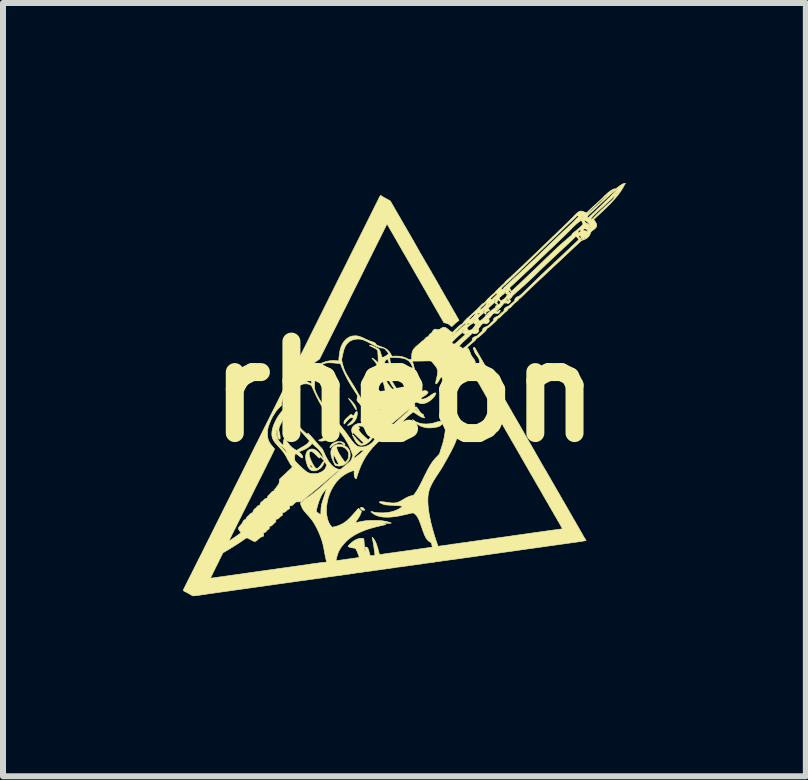
<source format=kicad_pcb>
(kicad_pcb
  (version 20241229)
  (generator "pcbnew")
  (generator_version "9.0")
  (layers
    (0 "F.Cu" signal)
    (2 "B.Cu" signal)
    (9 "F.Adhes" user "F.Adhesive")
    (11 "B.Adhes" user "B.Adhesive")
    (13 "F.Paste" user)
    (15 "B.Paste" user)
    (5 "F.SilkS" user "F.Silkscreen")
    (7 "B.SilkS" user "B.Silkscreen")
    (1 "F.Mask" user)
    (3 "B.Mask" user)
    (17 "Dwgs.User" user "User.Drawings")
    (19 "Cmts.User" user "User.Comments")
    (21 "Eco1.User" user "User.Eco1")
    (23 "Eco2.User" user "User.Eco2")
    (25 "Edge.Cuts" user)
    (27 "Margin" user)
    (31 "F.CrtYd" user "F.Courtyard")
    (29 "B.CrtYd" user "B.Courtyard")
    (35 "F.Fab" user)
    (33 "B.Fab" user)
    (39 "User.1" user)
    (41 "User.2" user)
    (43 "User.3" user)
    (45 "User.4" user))
  (footprint "rheon"
    (layer "F.Cu")
    (at 3.692 3.476)
    (property "Reference" "rheon" (at 0 0 0) (layer "F.SilkS") (effects (font (size 1.524 1.524) (thickness 0.3))))
    (attr through_hole)
    (fp_poly (pts (xy -0.704 1.929) (xy -0.689 1.938) (xy -0.676 1.951) (xy -0.671 1.96) (xy -0.667 1.969) (xy -0.669 1.975) (xy -0.677 1.977) (xy -0.692 1.975) (xy -0.698 1.974) (xy -0.712 1.969) (xy -0.723 1.961) (xy -0.732 1.951) (xy -0.736 1.941) (xy -0.735 1.933) (xy -0.732 1.93) (xy -0.719 1.926) (xy -0.704 1.929)) (stroke (width 0.01) (type solid)) (fill yes) (layer "F.SilkS"))
    (fp_poly (pts (xy -0.928 0.115) (xy -0.917 0.124) (xy -0.903 0.137) (xy -0.892 0.147) (xy -0.861 0.18) (xy -0.836 0.212) (xy -0.819 0.242) (xy -0.811 0.26) (xy -0.807 0.276) (xy -0.805 0.29) (xy -0.805 0.3) (xy -0.807 0.305) (xy -0.808 0.305) (xy -0.811 0.301) (xy -0.817 0.292) (xy -0.825 0.279) (xy -0.828 0.274) (xy -0.84 0.254) (xy -0.855 0.23) (xy -0.871 0.204) (xy -0.888 0.18) (xy -0.903 0.157) (xy -0.916 0.139) (xy -0.923 0.13) (xy -0.933 0.118) (xy -0.937 0.112) (xy -0.935 0.111) (xy -0.928 0.115)) (stroke (width 0.01) (type solid)) (fill yes) (layer "F.SilkS"))
    (fp_poly (pts (xy -1.162 0.656) (xy -1.149 0.664) (xy -1.137 0.674) (xy -1.127 0.684) (xy -1.122 0.692) (xy -1.122 0.694) (xy -1.126 0.697) (xy -1.136 0.7) (xy -1.148 0.702) (xy -1.166 0.707) (xy -1.184 0.714) (xy -1.203 0.725) (xy -1.226 0.74) (xy -1.253 0.76) (xy -1.264 0.768) (xy -1.295 0.791) (xy -1.322 0.808) (xy -1.347 0.818) (xy -1.371 0.823) (xy -1.394 0.823) (xy -1.409 0.821) (xy -1.425 0.817) (xy -1.432 0.813) (xy -1.431 0.808) (xy -1.422 0.803) (xy -1.421 0.802) (xy -1.382 0.785) (xy -1.343 0.765) (xy -1.306 0.745) (xy -1.271 0.723) (xy -1.24 0.702) (xy -1.215 0.683) (xy -1.196 0.664) (xy -1.19 0.658) (xy -1.181 0.646) (xy -1.162 0.656)) (stroke (width 0.01) (type solid)) (fill yes) (layer "F.SilkS"))
    (fp_poly (pts (xy -1.051 0.835) (xy -1.027 0.845) (xy -1.007 0.861) (xy -1.006 0.862) (xy -0.996 0.874) (xy -0.993 0.882) (xy -0.997 0.887) (xy -1.002 0.888) (xy -1.01 0.887) (xy -1.02 0.881) (xy -1.034 0.868) (xy -1.036 0.866) (xy -1.051 0.853) (xy -1.064 0.845) (xy -1.077 0.842) (xy -1.093 0.845) (xy -1.113 0.851) (xy -1.122 0.855) (xy -1.162 0.874) (xy -1.199 0.9) (xy -1.218 0.916) (xy -1.229 0.926) (xy -1.238 0.933) (xy -1.242 0.936) (xy -1.242 0.936) (xy -1.244 0.932) (xy -1.245 0.926) (xy -1.242 0.916) (xy -1.236 0.904) (xy -1.233 0.899) (xy -1.211 0.874) (xy -1.183 0.854) (xy -1.151 0.839) (xy -1.116 0.832) (xy -1.08 0.831) (xy -1.051 0.835)) (stroke (width 0.01) (type solid)) (fill yes) (layer "F.SilkS"))
    (fp_poly (pts (xy 0.134 0.465) (xy 0.141 0.469) (xy 0.146 0.474) (xy 0.179 0.497) (xy 0.218 0.515) (xy 0.261 0.528) (xy 0.309 0.536) (xy 0.359 0.538) (xy 0.412 0.535) (xy 0.465 0.526) (xy 0.519 0.511) (xy 0.524 0.509) (xy 0.554 0.5) (xy 0.579 0.496) (xy 0.597 0.496) (xy 0.612 0.5) (xy 0.624 0.509) (xy 0.629 0.515) (xy 0.631 0.525) (xy 0.627 0.537) (xy 0.616 0.55) (xy 0.601 0.562) (xy 0.582 0.574) (xy 0.56 0.583) (xy 0.556 0.584) (xy 0.527 0.591) (xy 0.493 0.597) (xy 0.456 0.601) (xy 0.42 0.603) (xy 0.386 0.603) (xy 0.367 0.601) (xy 0.314 0.59) (xy 0.264 0.572) (xy 0.217 0.545) (xy 0.19 0.526) (xy 0.172 0.511) (xy 0.156 0.496) (xy 0.143 0.483) (xy 0.135 0.472) (xy 0.131 0.464) (xy 0.131 0.464) (xy 0.134 0.465)) (stroke (width 0.01) (type solid)) (fill yes) (layer "F.SilkS"))
    (fp_poly (pts (xy -0.794 0.332) (xy -0.791 0.334) (xy -0.789 0.343) (xy -0.789 0.357) (xy -0.79 0.375) (xy -0.792 0.394) (xy -0.796 0.413) (xy -0.798 0.424) (xy -0.813 0.46) (xy -0.835 0.492) (xy -0.846 0.505) (xy -0.867 0.525) (xy -0.888 0.54) (xy -0.914 0.552) (xy -0.92 0.554) (xy -0.936 0.56) (xy -0.946 0.562) (xy -0.951 0.562) (xy -0.952 0.56) (xy -0.952 0.559) (xy -0.95 0.555) (xy -0.941 0.547) (xy -0.93 0.535) (xy -0.915 0.521) (xy -0.913 0.519) (xy -0.89 0.497) (xy -0.874 0.479) (xy -0.864 0.464) (xy -0.863 0.463) (xy -0.858 0.451) (xy -0.856 0.445) (xy -0.858 0.441) (xy -0.862 0.438) (xy -0.875 0.432) (xy -0.892 0.433) (xy -0.908 0.439) (xy -0.916 0.443) (xy -0.924 0.449) (xy -0.935 0.459) (xy -0.948 0.473) (xy -0.965 0.492) (xy -0.981 0.511) (xy -0.992 0.524) (xy -1.001 0.533) (xy -1.007 0.537) (xy -1.008 0.538) (xy -1.01 0.534) (xy -1.012 0.524) (xy -1.012 0.517) (xy -1.011 0.504) (xy -1.007 0.491) (xy -1 0.478) (xy -0.989 0.464) (xy -0.974 0.447) (xy -0.953 0.428) (xy -0.926 0.404) (xy -0.922 0.4) (xy -0.893 0.376) (xy -0.873 0.389) (xy -0.862 0.396) (xy -0.855 0.398) (xy -0.849 0.396) (xy -0.843 0.388) (xy -0.835 0.374) (xy -0.832 0.367) (xy -0.822 0.35) (xy -0.812 0.337) (xy -0.802 0.331) (xy -0.794 0.332)) (stroke (width 0.01) (type solid)) (fill yes) (layer "F.SilkS"))
    (fp_poly (pts (xy -1.05 0.883) (xy -1.015 0.894) (xy -0.982 0.91) (xy -0.954 0.932) (xy -0.932 0.959) (xy -0.921 0.978) (xy -0.912 1.004) (xy -0.908 1.034) (xy -0.907 1.064) (xy -0.91 1.087) (xy -0.921 1.124) (xy -0.94 1.157) (xy -0.964 1.185) (xy -0.992 1.208) (xy -1.025 1.225) (xy -1.059 1.235) (xy -1.096 1.239) (xy -1.131 1.235) (xy -1.145 1.231) (xy -1.154 1.229) (xy -1.157 1.227) (xy -1.161 1.222) (xy -1.167 1.21) (xy -1.175 1.193) (xy -1.184 1.175) (xy -1.193 1.155) (xy -1.201 1.136) (xy -1.208 1.12) (xy -1.208 1.12) (xy -1.219 1.086) (xy -1.185 1.086) (xy -1.183 1.12) (xy -1.177 1.15) (xy -1.168 1.175) (xy -1.155 1.193) (xy -1.141 1.204) (xy -1.128 1.209) (xy -1.115 1.211) (xy -1.106 1.209) (xy -1.103 1.207) (xy -1.104 1.202) (xy -1.108 1.191) (xy -1.115 1.176) (xy -1.124 1.157) (xy -1.134 1.137) (xy -1.145 1.117) (xy -1.155 1.098) (xy -1.164 1.081) (xy -1.171 1.069) (xy -1.175 1.064) (xy -1.185 1.052) (xy -1.185 1.086) (xy -1.219 1.086) (xy -1.222 1.077) (xy -1.229 1.037) (xy -1.23 1) (xy -1.223 0.967) (xy -1.21 0.939) (xy -1.204 0.93) (xy -1.133 0.93) (xy -1.13 0.945) (xy -1.123 0.965) (xy -1.115 0.987) (xy -1.104 1.01) (xy -1.092 1.033) (xy -1.084 1.046) (xy -1.072 1.065) (xy -1.059 1.085) (xy -1.045 1.106) (xy -1.03 1.127) (xy -1.017 1.145) (xy -1.006 1.16) (xy -0.997 1.171) (xy -0.991 1.176) (xy -0.99 1.177) (xy -0.986 1.174) (xy -0.978 1.166) (xy -0.97 1.157) (xy -0.953 1.136) (xy -0.942 1.115) (xy -0.936 1.093) (xy -0.934 1.067) (xy -0.933 1.06) (xy -0.934 1.04) (xy -0.935 1.025) (xy -0.939 1.012) (xy -0.944 0.999) (xy -0.962 0.971) (xy -0.985 0.947) (xy -1.012 0.928) (xy -1.042 0.916) (xy -1.061 0.912) (xy -1.08 0.911) (xy -1.098 0.911) (xy -1.114 0.913) (xy -1.127 0.917) (xy -1.133 0.921) (xy -1.133 0.921) (xy -1.133 0.93) (xy -1.204 0.93) (xy -1.191 0.915) (xy -1.175 0.903) (xy -1.154 0.89) (xy -1.131 0.883) (xy -1.105 0.88) (xy -1.088 0.879) (xy -1.05 0.883)) (stroke (width 0.01) (type solid)) (fill yes) (layer "F.SilkS"))
    (fp_poly (pts (xy -0.564 -0.091) (xy -0.555 -0.09) (xy -0.546 -0.089) (xy -0.537 -0.085) (xy -0.525 -0.08) (xy -0.51 -0.073) (xy -0.491 -0.062) (xy -0.466 -0.048) (xy -0.451 -0.04) (xy -0.423 -0.019) (xy -0.4 0.008) (xy -0.383 0.04) (xy -0.373 0.078) (xy -0.368 0.122) (xy -0.368 0.129) (xy -0.37 0.164) (xy -0.376 0.192) (xy -0.387 0.215) (xy -0.395 0.226) (xy -0.408 0.24) (xy -0.426 0.255) (xy -0.446 0.269) (xy -0.466 0.28) (xy -0.478 0.286) (xy -0.502 0.291) (xy -0.528 0.291) (xy -0.553 0.287) (xy -0.562 0.284) (xy -0.592 0.266) (xy -0.618 0.241) (xy -0.642 0.209) (xy -0.663 0.171) (xy -0.68 0.127) (xy -0.684 0.114) (xy -0.688 0.093) (xy -0.691 0.067) (xy -0.692 0.041) (xy -0.691 0.02) (xy -0.669 0.02) (xy -0.668 0.036) (xy -0.664 0.059) (xy -0.659 0.084) (xy -0.652 0.11) (xy -0.645 0.133) (xy -0.644 0.139) (xy -0.628 0.177) (xy -0.611 0.208) (xy -0.59 0.233) (xy -0.57 0.25) (xy -0.558 0.258) (xy -0.55 0.262) (xy -0.547 0.261) (xy -0.55 0.257) (xy -0.559 0.249) (xy -0.56 0.249) (xy -0.572 0.237) (xy -0.586 0.222) (xy -0.594 0.212) (xy -0.602 0.198) (xy -0.611 0.179) (xy -0.622 0.157) (xy -0.631 0.133) (xy -0.64 0.111) (xy -0.645 0.093) (xy -0.646 0.09) (xy -0.648 0.082) (xy -0.646 0.081) (xy -0.642 0.085) (xy -0.635 0.092) (xy -0.624 0.106) (xy -0.611 0.125) (xy -0.596 0.148) (xy -0.579 0.175) (xy -0.561 0.204) (xy -0.555 0.215) (xy -0.524 0.267) (xy -0.503 0.267) (xy -0.49 0.266) (xy -0.483 0.263) (xy -0.483 0.262) (xy -0.485 0.257) (xy -0.493 0.248) (xy -0.503 0.235) (xy -0.516 0.221) (xy -0.546 0.186) (xy -0.572 0.156) (xy -0.594 0.127) (xy -0.613 0.1) (xy -0.631 0.072) (xy -0.649 0.042) (xy -0.658 0.026) (xy -0.664 0.017) (xy -0.667 0.013) (xy -0.669 0.015) (xy -0.669 0.02) (xy -0.691 0.02) (xy -0.691 0.016) (xy -0.688 -0.004) (xy -0.687 -0.007) (xy -0.674 -0.036) (xy -0.655 -0.06) (xy -0.652 -0.063) (xy -0.595 -0.063) (xy -0.594 -0.058) (xy -0.59 -0.047) (xy -0.584 -0.031) (xy -0.574 -0.011) (xy -0.563 0.012) (xy -0.551 0.038) (xy -0.538 0.064) (xy -0.525 0.09) (xy -0.512 0.115) (xy -0.504 0.13) (xy -0.489 0.154) (xy -0.474 0.176) (xy -0.459 0.193) (xy -0.447 0.203) (xy -0.434 0.211) (xy -0.429 0.197) (xy -0.426 0.186) (xy -0.422 0.17) (xy -0.419 0.152) (xy -0.419 0.151) (xy -0.416 0.119) (xy -0.416 0.086) (xy -0.42 0.055) (xy -0.426 0.028) (xy -0.427 0.025) (xy -0.443 -0.004) (xy -0.464 -0.028) (xy -0.491 -0.047) (xy -0.521 -0.06) (xy -0.555 -0.065) (xy -0.561 -0.065) (xy -0.576 -0.065) (xy -0.588 -0.064) (xy -0.595 -0.063) (xy -0.595 -0.063) (xy -0.652 -0.063) (xy -0.631 -0.077) (xy -0.603 -0.088) (xy -0.574 -0.091) (xy -0.564 -0.091)) (stroke (width 0.01) (type solid)) (fill yes) (layer "F.SilkS"))
    (fp_poly (pts (xy -0.707 0.526) (xy -0.684 0.527) (xy -0.663 0.529) (xy -0.648 0.531) (xy -0.641 0.533) (xy -0.611 0.547) (xy -0.588 0.562) (xy -0.57 0.578) (xy -0.556 0.597) (xy -0.552 0.605) (xy -0.547 0.615) (xy -0.546 0.62) (xy -0.55 0.622) (xy -0.559 0.619) (xy -0.573 0.612) (xy -0.594 0.6) (xy -0.6 0.596) (xy -0.617 0.587) (xy -0.631 0.579) (xy -0.642 0.574) (xy -0.646 0.573) (xy -0.646 0.573) (xy -0.644 0.576) (xy -0.636 0.582) (xy -0.624 0.591) (xy -0.609 0.602) (xy -0.594 0.613) (xy -0.578 0.622) (xy -0.567 0.629) (xy -0.557 0.636) (xy -0.555 0.641) (xy -0.561 0.643) (xy -0.565 0.643) (xy -0.578 0.641) (xy -0.596 0.633) (xy -0.619 0.621) (xy -0.644 0.606) (xy -0.678 0.587) (xy -0.709 0.575) (xy -0.74 0.571) (xy -0.744 0.571) (xy -0.764 0.572) (xy -0.776 0.575) (xy -0.78 0.579) (xy -0.776 0.585) (xy -0.764 0.591) (xy -0.753 0.599) (xy -0.75 0.606) (xy -0.755 0.612) (xy -0.758 0.614) (xy -0.765 0.622) (xy -0.765 0.634) (xy -0.758 0.65) (xy -0.744 0.67) (xy -0.724 0.694) (xy -0.698 0.721) (xy -0.665 0.751) (xy -0.665 0.751) (xy -0.644 0.769) (xy -0.629 0.783) (xy -0.618 0.791) (xy -0.611 0.796) (xy -0.605 0.798) (xy -0.6 0.796) (xy -0.596 0.793) (xy -0.592 0.789) (xy -0.577 0.77) (xy -0.563 0.746) (xy -0.552 0.717) (xy -0.543 0.687) (xy -0.538 0.657) (xy -0.538 0.642) (xy -0.537 0.628) (xy -0.536 0.622) (xy -0.534 0.621) (xy -0.532 0.622) (xy -0.523 0.634) (xy -0.516 0.653) (xy -0.513 0.675) (xy -0.513 0.694) (xy -0.519 0.727) (xy -0.532 0.76) (xy -0.553 0.792) (xy -0.582 0.824) (xy -0.614 0.853) (xy -0.646 0.873) (xy -0.678 0.887) (xy -0.71 0.892) (xy -0.713 0.892) (xy -0.732 0.892) (xy -0.746 0.89) (xy -0.757 0.885) (xy -0.758 0.885) (xy -0.778 0.871) (xy -0.799 0.85) (xy -0.818 0.825) (xy -0.82 0.822) (xy -0.826 0.812) (xy -0.834 0.797) (xy -0.843 0.78) (xy -0.852 0.762) (xy -0.86 0.745) (xy -0.867 0.73) (xy -0.871 0.721) (xy -0.872 0.717) (xy -0.871 0.715) (xy -0.867 0.718) (xy -0.859 0.724) (xy -0.847 0.736) (xy -0.831 0.754) (xy -0.815 0.773) (xy -0.795 0.795) (xy -0.775 0.816) (xy -0.756 0.835) (xy -0.739 0.851) (xy -0.726 0.863) (xy -0.716 0.87) (xy -0.712 0.872) (xy -0.707 0.87) (xy -0.699 0.863) (xy -0.696 0.862) (xy -0.684 0.851) (xy -0.77 0.766) (xy -0.793 0.745) (xy -0.813 0.725) (xy -0.83 0.708) (xy -0.844 0.695) (xy -0.853 0.686) (xy -0.858 0.682) (xy -0.858 0.682) (xy -0.859 0.685) (xy -0.861 0.69) (xy -0.864 0.697) (xy -0.869 0.697) (xy -0.874 0.688) (xy -0.878 0.679) (xy -0.884 0.65) (xy -0.882 0.623) (xy -0.872 0.597) (xy -0.856 0.575) (xy -0.833 0.555) (xy -0.803 0.54) (xy -0.769 0.529) (xy -0.766 0.529) (xy -0.75 0.527) (xy -0.73 0.526) (xy -0.707 0.526)) (stroke (width 0.01) (type solid)) (fill yes) (layer "F.SilkS"))
    (fp_poly (pts (xy 3.678 -3.47) (xy 3.679 -3.467) (xy 3.676 -3.463) (xy 3.675 -3.463) (xy 3.671 -3.459) (xy 3.665 -3.45) (xy 3.658 -3.437) (xy 3.656 -3.433) (xy 3.63 -3.386) (xy 3.599 -3.338) (xy 3.563 -3.289) (xy 3.521 -3.237) (xy 3.474 -3.183) (xy 3.42 -3.126) (xy 3.36 -3.066) (xy 3.292 -3.002) (xy 3.26 -2.972) (xy 3.24 -2.953) (xy 3.219 -2.934) (xy 3.199 -2.916) (xy 3.183 -2.9) (xy 3.18 -2.898) (xy 3.149 -2.868) (xy 3.169 -2.841) (xy 3.184 -2.819) (xy 3.194 -2.801) (xy 3.199 -2.785) (xy 3.2 -2.77) (xy 3.199 -2.765) (xy 3.196 -2.75) (xy 3.188 -2.736) (xy 3.175 -2.721) (xy 3.155 -2.704) (xy 3.137 -2.69) (xy 3.121 -2.679) (xy 3.11 -2.67) (xy 3.104 -2.662) (xy 3.1 -2.654) (xy 3.097 -2.644) (xy 3.096 -2.643) (xy 3.086 -2.616) (xy 3.071 -2.592) (xy 3.051 -2.57) (xy 3.032 -2.556) (xy 3.01 -2.543) (xy 2.987 -2.532) (xy 2.966 -2.525) (xy 2.963 -2.525) (xy 2.952 -2.52) (xy 2.937 -2.51) (xy 2.919 -2.494) (xy 2.913 -2.488) (xy 2.902 -2.478) (xy 2.885 -2.462) (xy 2.864 -2.442) (xy 2.839 -2.419) (xy 2.81 -2.392) (xy 2.778 -2.362) (xy 2.743 -2.329) (xy 2.707 -2.295) (xy 2.669 -2.26) (xy 2.63 -2.223) (xy 2.591 -2.186) (xy 2.552 -2.149) (xy 2.513 -2.113) (xy 2.475 -2.078) (xy 2.439 -2.044) (xy 2.406 -2.013) (xy 2.375 -1.984) (xy 2.347 -1.958) (xy 2.323 -1.935) (xy 2.303 -1.916) (xy 2.288 -1.902) (xy 2.278 -1.893) (xy 2.275 -1.89) (xy 2.271 -1.886) (xy 2.261 -1.877) (xy 2.247 -1.864) (xy 2.229 -1.848) (xy 2.209 -1.829) (xy 2.186 -1.807) (xy 2.182 -1.804) (xy 2.154 -1.777) (xy 2.123 -1.749) (xy 2.092 -1.719) (xy 2.062 -1.69) (xy 2.035 -1.664) (xy 2.021 -1.651) (xy 1.994 -1.623) (xy 1.971 -1.602) (xy 1.954 -1.585) (xy 1.94 -1.572) (xy 1.93 -1.563) (xy 1.922 -1.558) (xy 1.917 -1.555) (xy 1.913 -1.554) (xy 1.912 -1.554) (xy 1.906 -1.55) (xy 1.903 -1.544) (xy 1.899 -1.534) (xy 1.89 -1.523) (xy 1.875 -1.51) (xy 1.854 -1.493) (xy 1.847 -1.488) (xy 1.829 -1.473) (xy 1.81 -1.455) (xy 1.794 -1.437) (xy 1.793 -1.435) (xy 1.774 -1.414) (xy 1.757 -1.399) (xy 1.742 -1.39) (xy 1.734 -1.389) (xy 1.727 -1.385) (xy 1.725 -1.381) (xy 1.719 -1.367) (xy 1.71 -1.355) (xy 1.697 -1.342) (xy 1.687 -1.334) (xy 1.674 -1.324) (xy 1.658 -1.309) (xy 1.64 -1.291) (xy 1.622 -1.274) (xy 1.619 -1.271) (xy 1.6 -1.252) (xy 1.585 -1.238) (xy 1.574 -1.23) (xy 1.565 -1.226) (xy 1.563 -1.225) (xy 1.553 -1.221) (xy 1.546 -1.214) (xy 1.541 -1.204) (xy 1.533 -1.191) (xy 1.52 -1.177) (xy 1.51 -1.167) (xy 1.498 -1.157) (xy 1.483 -1.143) (xy 1.465 -1.127) (xy 1.447 -1.11) (xy 1.447 -1.11) (xy 1.429 -1.094) (xy 1.411 -1.079) (xy 1.397 -1.069) (xy 1.387 -1.063) (xy 1.374 -1.056) (xy 1.368 -1.048) (xy 1.366 -1.043) (xy 1.362 -1.033) (xy 1.353 -1.021) (xy 1.343 -1.009) (xy 1.326 -0.992) (xy 1.306 -0.974) (xy 1.286 -0.955) (xy 1.265 -0.937) (xy 1.246 -0.921) (xy 1.229 -0.908) (xy 1.217 -0.898) (xy 1.21 -0.895) (xy 1.197 -0.886) (xy 1.189 -0.876) (xy 1.185 -0.869) (xy 1.179 -0.86) (xy 1.169 -0.85) (xy 1.154 -0.836) (xy 1.134 -0.819) (xy 1.109 -0.798) (xy 1.099 -0.789) (xy 1.077 -0.77) (xy 1.059 -0.753) (xy 1.047 -0.74) (xy 1.039 -0.729) (xy 1.037 -0.722) (xy 1.041 -0.72) (xy 1.045 -0.721) (xy 1.054 -0.721) (xy 1.057 -0.72) (xy 1.062 -0.715) (xy 1.069 -0.703) (xy 1.076 -0.688) (xy 1.084 -0.67) (xy 1.091 -0.653) (xy 1.094 -0.643) (xy 1.1 -0.626) (xy 1.107 -0.611) (xy 1.115 -0.597) (xy 1.126 -0.58) (xy 1.14 -0.562) (xy 1.156 -0.539) (xy 1.168 -0.52) (xy 1.174 -0.505) (xy 1.176 -0.491) (xy 1.175 -0.484) (xy 1.169 -0.47) (xy 1.155 -0.456) (xy 1.136 -0.442) (xy 1.125 -0.436) (xy 1.104 -0.424) (xy 1.09 -0.413) (xy 1.08 -0.401) (xy 1.075 -0.393) (xy 1.062 -0.376) (xy 1.046 -0.365) (xy 1.027 -0.351) (xy 1.014 -0.335) (xy 1.004 -0.323) (xy 0.991 -0.313) (xy 0.973 -0.303) (xy 0.954 -0.291) (xy 0.941 -0.28) (xy 0.937 -0.275) (xy 0.931 -0.267) (xy 0.927 -0.263) (xy 0.926 -0.262) (xy 0.922 -0.26) (xy 0.913 -0.252) (xy 0.901 -0.241) (xy 0.888 -0.229) (xy 0.871 -0.214) (xy 0.855 -0.2) (xy 0.84 -0.188) (xy 0.833 -0.183) (xy 0.82 -0.172) (xy 0.808 -0.161) (xy 0.803 -0.156) (xy 0.79 -0.143) (xy 0.774 -0.135) (xy 0.754 -0.131) (xy 0.745 -0.131) (xy 0.733 -0.131) (xy 0.725 -0.13) (xy 0.721 -0.126) (xy 0.721 -0.119) (xy 0.723 -0.106) (xy 0.728 -0.087) (xy 0.73 -0.081) (xy 0.738 -0.052) (xy 0.746 -0.015) (xy 0.756 0.029) (xy 0.767 0.081) (xy 0.773 0.106) (xy 0.781 0.144) (xy 0.789 0.183) (xy 0.797 0.219) (xy 0.804 0.253) (xy 0.81 0.283) (xy 0.815 0.307) (xy 0.819 0.324) (xy 0.82 0.326) (xy 0.823 0.34) (xy 0.829 0.36) (xy 0.836 0.383) (xy 0.843 0.408) (xy 0.85 0.432) (xy 0.857 0.453) (xy 0.862 0.469) (xy 0.864 0.474) (xy 0.873 0.503) (xy 0.881 0.535) (xy 0.888 0.569) (xy 0.894 0.601) (xy 0.897 0.63) (xy 0.897 0.644) (xy 0.895 0.675) (xy 0.888 0.711) (xy 0.877 0.753) (xy 0.862 0.798) (xy 0.844 0.846) (xy 0.833 0.872) (xy 0.82 0.901) (xy 0.806 0.929) (xy 0.791 0.959) (xy 0.775 0.991) (xy 0.756 1.026) (xy 0.735 1.066) (xy 0.71 1.111) (xy 0.687 1.151) (xy 0.667 1.186) (xy 0.651 1.215) (xy 0.637 1.24) (xy 0.624 1.261) (xy 0.613 1.28) (xy 0.601 1.299) (xy 0.588 1.318) (xy 0.574 1.34) (xy 0.557 1.366) (xy 0.543 1.387) (xy 0.509 1.44) (xy 0.48 1.487) (xy 0.456 1.53) (xy 0.436 1.57) (xy 0.42 1.607) (xy 0.408 1.643) (xy 0.399 1.679) (xy 0.392 1.716) (xy 0.388 1.754) (xy 0.387 1.785) (xy 0.387 1.837) (xy 0.39 1.896) (xy 0.397 1.961) (xy 0.407 2.031) (xy 0.421 2.104) (xy 0.437 2.181) (xy 0.457 2.259) (xy 0.479 2.339) (xy 0.483 2.354) (xy 0.489 2.374) (xy 0.497 2.398) (xy 0.505 2.425) (xy 0.514 2.452) (xy 0.523 2.48) (xy 0.532 2.506) (xy 0.54 2.53) (xy 0.547 2.549) (xy 0.552 2.563) (xy 0.555 2.57) (xy 0.557 2.573) (xy 0.562 2.575) (xy 0.571 2.574) (xy 0.585 2.572) (xy 0.594 2.571) (xy 0.613 2.568) (xy 0.629 2.565) (xy 0.643 2.563) (xy 0.657 2.561) (xy 0.675 2.559) (xy 0.697 2.556) (xy 0.709 2.555) (xy 0.731 2.552) (xy 0.75 2.549) (xy 0.765 2.546) (xy 0.773 2.544) (xy 0.774 2.544) (xy 0.784 2.541) (xy 0.798 2.54) (xy 0.801 2.54) (xy 0.813 2.539) (xy 0.83 2.537) (xy 0.85 2.535) (xy 0.872 2.531) (xy 0.894 2.528) (xy 0.915 2.525) (xy 0.931 2.522) (xy 0.942 2.521) (xy 0.982 2.516) (xy 1.013 2.512) (xy 1.038 2.509) (xy 1.055 2.506) (xy 1.066 2.504) (xy 1.071 2.503) (xy 1.08 2.501) (xy 1.09 2.5) (xy 1.102 2.499) (xy 1.119 2.497) (xy 1.139 2.494) (xy 1.16 2.491) (xy 1.181 2.488) (xy 1.199 2.486) (xy 1.212 2.483) (xy 1.219 2.482) (xy 1.219 2.482) (xy 1.227 2.48) (xy 1.229 2.48) (xy 1.234 2.48) (xy 1.246 2.478) (xy 1.265 2.476) (xy 1.289 2.472) (xy 1.318 2.468) (xy 1.351 2.464) (xy 1.387 2.459) (xy 1.398 2.457) (xy 1.443 2.451) (xy 1.493 2.444) (xy 1.545 2.436) (xy 1.598 2.429) (xy 1.648 2.422) (xy 1.693 2.416) (xy 1.715 2.413) (xy 1.756 2.407) (xy 1.801 2.4) (xy 1.847 2.394) (xy 1.892 2.387) (xy 1.934 2.382) (xy 1.971 2.376) (xy 1.981 2.375) (xy 2.067 2.363) (xy 2.147 2.351) (xy 2.222 2.341) (xy 2.291 2.331) (xy 2.355 2.322) (xy 2.412 2.314) (xy 2.463 2.307) (xy 2.508 2.301) (xy 2.545 2.296) (xy 2.575 2.292) (xy 2.598 2.289) (xy 2.613 2.287) (xy 2.619 2.286) (xy 2.619 2.286) (xy 2.627 2.285) (xy 2.629 2.284) (xy 2.627 2.279) (xy 2.621 2.269) (xy 2.613 2.254) (xy 2.602 2.236) (xy 2.597 2.227) (xy 2.586 2.207) (xy 2.577 2.19) (xy 2.57 2.177) (xy 2.566 2.169) (xy 2.565 2.168) (xy 2.563 2.163) (xy 2.562 2.163) (xy 2.558 2.16) (xy 2.553 2.151) (xy 2.552 2.149) (xy 2.547 2.14) (xy 2.539 2.125) (xy 2.529 2.108) (xy 2.523 2.098) (xy 2.505 2.066) (xy 2.49 2.042) (xy 2.48 2.023) (xy 2.473 2.01) (xy 2.469 2.002) (xy 2.468 1.998) (xy 2.466 1.994) (xy 2.465 1.994) (xy 2.463 1.993) (xy 2.461 1.991) (xy 2.457 1.985) (xy 2.451 1.974) (xy 2.445 1.962) (xy 2.439 1.951) (xy 2.435 1.944) (xy 2.434 1.943) (xy 2.431 1.939) (xy 2.426 1.93) (xy 2.417 1.915) (xy 2.405 1.893) (xy 2.393 1.871) (xy 2.386 1.859) (xy 2.381 1.85) (xy 2.379 1.848) (xy 2.375 1.842) (xy 2.369 1.832) (xy 2.361 1.818) (xy 2.353 1.803) (xy 2.344 1.789) (xy 2.338 1.777) (xy 2.333 1.769) (xy 2.333 1.767) (xy 2.33 1.763) (xy 2.325 1.753) (xy 2.317 1.741) (xy 2.316 1.738) (xy 2.307 1.725) (xy 2.301 1.714) (xy 2.299 1.709) (xy 2.299 1.708) (xy 2.296 1.703) (xy 2.291 1.694) (xy 2.291 1.694) (xy 2.285 1.684) (xy 2.276 1.67) (xy 2.269 1.657) (xy 2.261 1.642) (xy 2.253 1.629) (xy 2.248 1.621) (xy 2.242 1.609) (xy 2.232 1.593) (xy 2.222 1.575) (xy 2.211 1.557) (xy 2.204 1.545) (xy 2.196 1.532) (xy 2.188 1.517) (xy 2.186 1.513) (xy 2.179 1.502) (xy 2.174 1.492) (xy 2.173 1.49) (xy 2.169 1.482) (xy 2.163 1.473) (xy 2.157 1.464) (xy 2.149 1.45) (xy 2.142 1.437) (xy 2.134 1.422) (xy 2.126 1.409) (xy 2.121 1.401) (xy 2.11 1.382) (xy 2.097 1.36) (xy 2.085 1.339) (xy 2.076 1.322) (xy 2.075 1.321) (xy 2.067 1.307) (xy 2.059 1.293) (xy 2.057 1.289) (xy 2.051 1.279) (xy 2.046 1.27) (xy 2.046 1.27) (xy 2.042 1.262) (xy 2.036 1.253) (xy 2.029 1.241) (xy 2.018 1.223) (xy 2.003 1.196) (xy 1.995 1.181) (xy 1.989 1.171) (xy 1.981 1.158) (xy 1.979 1.154) (xy 1.971 1.141) (xy 1.965 1.129) (xy 1.963 1.126) (xy 1.958 1.117) (xy 1.95 1.104) (xy 1.944 1.093) (xy 1.937 1.081) (xy 1.932 1.073) (xy 1.93 1.069) (xy 1.928 1.064) (xy 1.923 1.055) (xy 1.915 1.043) (xy 1.907 1.029) (xy 1.9 1.017) (xy 1.896 1.01) (xy 1.892 1.001) (xy 1.885 0.989) (xy 1.882 0.984) (xy 1.874 0.972) (xy 1.868 0.962) (xy 1.867 0.959) (xy 1.862 0.95) (xy 1.855 0.938) (xy 1.852 0.933) (xy 1.845 0.921) (xy 1.839 0.91) (xy 1.838 0.908) (xy 1.833 0.899) (xy 1.826 0.887) (xy 1.819 0.875) (xy 1.811 0.863) (xy 1.805 0.853) (xy 1.803 0.849) (xy 1.801 0.844) (xy 1.796 0.835) (xy 1.788 0.823) (xy 1.78 0.809) (xy 1.773 0.797) (xy 1.769 0.79) (xy 1.765 0.781) (xy 1.758 0.769) (xy 1.755 0.764) (xy 1.748 0.753) (xy 1.743 0.743) (xy 1.741 0.741) (xy 1.738 0.734) (xy 1.731 0.723) (xy 1.724 0.712) (xy 1.717 0.7) (xy 1.712 0.691) (xy 1.71 0.687) (xy 1.708 0.683) (xy 1.703 0.673) (xy 1.695 0.66) (xy 1.693 0.658) (xy 1.685 0.645) (xy 1.679 0.634) (xy 1.676 0.629) (xy 1.676 0.629) (xy 1.674 0.624) (xy 1.669 0.614) (xy 1.663 0.604) (xy 1.654 0.59) (xy 1.647 0.578) (xy 1.644 0.572) (xy 1.638 0.561) (xy 1.631 0.548) (xy 1.628 0.544) (xy 1.62 0.531) (xy 1.613 0.519) (xy 1.612 0.516) (xy 1.595 0.487) (xy 1.583 0.464) (xy 1.574 0.449) (xy 1.571 0.445) (xy 1.564 0.435) (xy 1.561 0.428) (xy 1.557 0.42) (xy 1.551 0.409) (xy 1.548 0.404) (xy 1.54 0.39) (xy 1.531 0.374) (xy 1.526 0.366) (xy 1.518 0.352) (xy 1.511 0.34) (xy 1.507 0.334) (xy 1.501 0.325) (xy 1.497 0.318) (xy 1.493 0.31) (xy 1.487 0.299) (xy 1.487 0.298) (xy 1.48 0.287) (xy 1.472 0.273) (xy 1.468 0.267) (xy 1.46 0.252) (xy 1.45 0.235) (xy 1.443 0.223) (xy 1.429 0.198) (xy 1.416 0.176) (xy 1.402 0.15) (xy 1.399 0.146) (xy 1.391 0.132) (xy 1.383 0.119) (xy 1.379 0.114) (xy 1.374 0.105) (xy 1.372 0.1) (xy 1.372 0.1) (xy 1.37 0.095) (xy 1.364 0.086) (xy 1.356 0.073) (xy 1.355 0.07) (xy 1.347 0.056) (xy 1.341 0.046) (xy 1.338 0.041) (xy 1.338 0.04) (xy 1.336 0.036) (xy 1.33 0.026) (xy 1.323 0.013) (xy 1.316 0.001) (xy 1.301 -0.025) (xy 1.286 -0.051) (xy 1.271 -0.078) (xy 1.258 -0.102) (xy 1.25 -0.115) (xy 1.242 -0.128) (xy 1.24 -0.132) (xy 1.234 -0.141) (xy 1.232 -0.146) (xy 1.232 -0.146) (xy 1.23 -0.151) (xy 1.224 -0.161) (xy 1.216 -0.174) (xy 1.215 -0.176) (xy 1.207 -0.189) (xy 1.201 -0.2) (xy 1.198 -0.205) (xy 1.198 -0.205) (xy 1.196 -0.21) (xy 1.191 -0.22) (xy 1.184 -0.23) (xy 1.176 -0.244) (xy 1.169 -0.256) (xy 1.165 -0.262) (xy 1.16 -0.273) (xy 1.152 -0.286) (xy 1.15 -0.29) (xy 1.139 -0.308) (xy 1.132 -0.321) (xy 1.129 -0.329) (xy 1.129 -0.337) (xy 1.132 -0.343) (xy 1.135 -0.348) (xy 1.145 -0.36) (xy 1.158 -0.369) (xy 1.16 -0.37) (xy 1.179 -0.38) (xy 1.199 -0.395) (xy 1.217 -0.412) (xy 1.228 -0.425) (xy 1.241 -0.452) (xy 1.248 -0.481) (xy 1.247 -0.512) (xy 1.239 -0.543) (xy 1.236 -0.549) (xy 1.23 -0.561) (xy 1.221 -0.576) (xy 1.211 -0.592) (xy 1.201 -0.605) (xy 1.194 -0.613) (xy 1.194 -0.614) (xy 1.188 -0.622) (xy 1.18 -0.634) (xy 1.172 -0.648) (xy 1.167 -0.659) (xy 1.167 -0.662) (xy 1.163 -0.672) (xy 1.158 -0.686) (xy 1.153 -0.696) (xy 1.147 -0.712) (xy 1.144 -0.722) (xy 1.145 -0.729) (xy 1.15 -0.735) (xy 1.153 -0.737) (xy 1.157 -0.74) (xy 1.16 -0.74) (xy 1.164 -0.737) (xy 1.17 -0.73) (xy 1.177 -0.718) (xy 1.188 -0.7) (xy 1.188 -0.699) (xy 1.197 -0.684) (xy 1.209 -0.663) (xy 1.224 -0.637) (xy 1.241 -0.608) (xy 1.258 -0.577) (xy 1.277 -0.545) (xy 1.285 -0.531) (xy 1.304 -0.498) (xy 1.325 -0.462) (xy 1.345 -0.427) (xy 1.364 -0.394) (xy 1.381 -0.364) (xy 1.395 -0.34) (xy 1.398 -0.334) (xy 1.412 -0.31) (xy 1.425 -0.287) (xy 1.438 -0.266) (xy 1.447 -0.25) (xy 1.454 -0.239) (xy 1.454 -0.239) (xy 1.459 -0.231) (xy 1.468 -0.217) (xy 1.479 -0.197) (xy 1.493 -0.173) (xy 1.509 -0.146) (xy 1.526 -0.118) (xy 1.543 -0.088) (xy 1.56 -0.059) (xy 1.576 -0.031) (xy 1.59 -0.005) (xy 1.603 0.017) (xy 1.605 0.021) (xy 1.611 0.031) (xy 1.62 0.046) (xy 1.63 0.065) (xy 1.642 0.086) (xy 1.655 0.108) (xy 1.667 0.13) (xy 1.679 0.149) (xy 1.688 0.165) (xy 1.695 0.177) (xy 1.698 0.182) (xy 1.702 0.19) (xy 1.71 0.203) (xy 1.719 0.218) (xy 1.727 0.233) (xy 1.735 0.246) (xy 1.736 0.248) (xy 1.741 0.257) (xy 1.749 0.271) (xy 1.759 0.288) (xy 1.764 0.296) (xy 1.773 0.312) (xy 1.781 0.326) (xy 1.786 0.336) (xy 1.788 0.339) (xy 1.792 0.346) (xy 1.798 0.357) (xy 1.8 0.36) (xy 1.808 0.374) (xy 1.817 0.389) (xy 1.818 0.392) (xy 1.825 0.403) (xy 1.834 0.418) (xy 1.844 0.436) (xy 1.85 0.447) (xy 1.861 0.464) (xy 1.87 0.481) (xy 1.877 0.494) (xy 1.88 0.499) (xy 1.886 0.509) (xy 1.891 0.517) (xy 1.891 0.518) (xy 1.895 0.524) (xy 1.902 0.535) (xy 1.91 0.549) (xy 1.91 0.55) (xy 1.919 0.566) (xy 1.928 0.582) (xy 1.934 0.593) (xy 1.941 0.604) (xy 1.945 0.613) (xy 1.946 0.614) (xy 1.95 0.621) (xy 1.956 0.632) (xy 1.962 0.641) (xy 1.972 0.657) (xy 1.983 0.676) (xy 1.989 0.688) (xy 1.999 0.706) (xy 2.006 0.719) (xy 2.014 0.731) (xy 2.02 0.741) (xy 2.025 0.75) (xy 2.033 0.764) (xy 2.041 0.777) (xy 2.049 0.792) (xy 2.057 0.806) (xy 2.062 0.815) (xy 2.068 0.825) (xy 2.073 0.834) (xy 2.073 0.834) (xy 2.077 0.841) (xy 2.083 0.852) (xy 2.089 0.861) (xy 2.097 0.875) (xy 2.104 0.887) (xy 2.107 0.893) (xy 2.113 0.903) (xy 2.12 0.916) (xy 2.123 0.921) (xy 2.13 0.932) (xy 2.135 0.942) (xy 2.136 0.944) (xy 2.141 0.952) (xy 2.146 0.961) (xy 2.152 0.97) (xy 2.16 0.984) (xy 2.168 0.997) (xy 2.177 1.014) (xy 2.186 1.031) (xy 2.192 1.041) (xy 2.198 1.051) (xy 2.207 1.067) (xy 2.218 1.087) (xy 2.231 1.109) (xy 2.24 1.125) (xy 2.252 1.146) (xy 2.263 1.165) (xy 2.271 1.179) (xy 2.276 1.189) (xy 2.278 1.192) (xy 2.28 1.196) (xy 2.285 1.205) (xy 2.292 1.217) (xy 2.3 1.229) (xy 2.305 1.238) (xy 2.307 1.242) (xy 2.309 1.247) (xy 2.315 1.257) (xy 2.323 1.27) (xy 2.328 1.278) (xy 2.338 1.294) (xy 2.345 1.306) (xy 2.349 1.315) (xy 2.349 1.317) (xy 2.352 1.321) (xy 2.353 1.321) (xy 2.358 1.324) (xy 2.359 1.328) (xy 2.363 1.336) (xy 2.369 1.348) (xy 2.375 1.357) (xy 2.382 1.369) (xy 2.388 1.38) (xy 2.39 1.384) (xy 2.395 1.392) (xy 2.4 1.401) (xy 2.406 1.411) (xy 2.414 1.424) (xy 2.42 1.435) (xy 2.439 1.468) (xy 2.455 1.497) (xy 2.467 1.517) (xy 2.475 1.531) (xy 2.485 1.547) (xy 2.488 1.553) (xy 2.499 1.573) (xy 2.507 1.588) (xy 2.515 1.6) (xy 2.522 1.613) (xy 2.528 1.623) (xy 2.537 1.638) (xy 2.546 1.654) (xy 2.551 1.663) (xy 2.559 1.677) (xy 2.568 1.692) (xy 2.569 1.693) (xy 2.576 1.706) (xy 2.585 1.721) (xy 2.589 1.729) (xy 2.596 1.742) (xy 2.602 1.752) (xy 2.604 1.756) (xy 2.609 1.763) (xy 2.615 1.773) (xy 2.616 1.775) (xy 2.619 1.782) (xy 2.623 1.789) (xy 2.628 1.798) (xy 2.635 1.81) (xy 2.645 1.827) (xy 2.655 1.843) (xy 2.664 1.859) (xy 2.673 1.874) (xy 2.678 1.883) (xy 2.686 1.898) (xy 2.695 1.912) (xy 2.696 1.913) (xy 2.702 1.925) (xy 2.711 1.941) (xy 2.718 1.954) (xy 2.728 1.971) (xy 2.739 1.99) (xy 2.746 2.001) (xy 2.753 2.013) (xy 2.758 2.022) (xy 2.76 2.025) (xy 2.762 2.029) (xy 2.768 2.039) (xy 2.776 2.054) (xy 2.786 2.071) (xy 2.788 2.075) (xy 2.802 2.099) (xy 2.813 2.118) (xy 2.822 2.134) (xy 2.831 2.149) (xy 2.84 2.164) (xy 2.851 2.183) (xy 2.857 2.194) (xy 2.867 2.212) (xy 2.876 2.227) (xy 2.882 2.238) (xy 2.885 2.243) (xy 2.889 2.25) (xy 2.896 2.262) (xy 2.906 2.279) (xy 2.916 2.297) (xy 2.927 2.316) (xy 2.937 2.333) (xy 2.945 2.347) (xy 2.95 2.357) (xy 2.951 2.357) (xy 2.965 2.383) (xy 2.979 2.408) (xy 2.992 2.429) (xy 3.003 2.447) (xy 3.011 2.458) (xy 3.014 2.463) (xy 3.02 2.471) (xy 3.023 2.477) (xy 3.02 2.479) (xy 3.013 2.482) (xy 3 2.484) (xy 2.981 2.488) (xy 2.956 2.492) (xy 2.923 2.497) (xy 2.883 2.503) (xy 2.848 2.508) (xy 2.801 2.514) (xy 2.748 2.522) (xy 2.691 2.53) (xy 2.634 2.538) (xy 2.579 2.545) (xy 2.527 2.553) (xy 2.498 2.557) (xy 2.464 2.562) (xy 2.427 2.567) (xy 2.388 2.572) (xy 2.345 2.578) (xy 2.299 2.585) (xy 2.249 2.592) (xy 2.194 2.6) (xy 2.135 2.608) (xy 2.07 2.617) (xy 1.999 2.627) (xy 1.922 2.638) (xy 1.839 2.65) (xy 1.749 2.663) (xy 1.651 2.676) (xy 1.545 2.691) (xy 1.505 2.697) (xy 1.453 2.704) (xy 1.4 2.712) (xy 1.347 2.719) (xy 1.296 2.727) (xy 1.246 2.734) (xy 1.201 2.74) (xy 1.16 2.746) (xy 1.126 2.751) (xy 1.103 2.754) (xy 1.06 2.76) (xy 1.017 2.766) (xy 0.972 2.772) (xy 0.927 2.779) (xy 0.884 2.785) (xy 0.842 2.791) (xy 0.802 2.796) (xy 0.766 2.801) (xy 0.734 2.805) (xy 0.708 2.809) (xy 0.686 2.812) (xy 0.672 2.814) (xy 0.665 2.815) (xy 0.665 2.815) (xy 0.658 2.815) (xy 0.645 2.817) (xy 0.627 2.82) (xy 0.605 2.823) (xy 0.589 2.826) (xy 0.566 2.829) (xy 0.545 2.832) (xy 0.53 2.834) (xy 0.52 2.834) (xy 0.517 2.834) (xy 0.513 2.835) (xy 0.51 2.836) (xy 0.504 2.838) (xy 0.492 2.841) (xy 0.477 2.842) (xy 0.476 2.842) (xy 0.457 2.844) (xy 0.436 2.847) (xy 0.423 2.849) (xy 0.394 2.853) (xy 0.362 2.857) (xy 0.33 2.86) (xy 0.315 2.862) (xy 0.304 2.864) (xy 0.298 2.866) (xy 0.292 2.868) (xy 0.28 2.87) (xy 0.265 2.872) (xy 0.262 2.872) (xy 0.245 2.874) (xy 0.23 2.876) (xy 0.221 2.877) (xy 0.22 2.877) (xy 0.211 2.879) (xy 0.196 2.881) (xy 0.18 2.883) (xy 0.16 2.886) (xy 0.14 2.889) (xy 0.127 2.891) (xy 0.109 2.893) (xy 0.089 2.895) (xy 0.082 2.895) (xy 0.069 2.896) (xy 0.06 2.898) (xy 0.057 2.9) (xy 0.052 2.902) (xy 0.041 2.904) (xy 0.032 2.904) (xy 0.017 2.905) (xy 0.004 2.907) (xy -0.001 2.908) (xy -0.01 2.911) (xy -0.026 2.913) (xy -0.049 2.916) (xy -0.076 2.919) (xy -0.107 2.922) (xy -0.123 2.924) (xy -0.138 2.925) (xy -0.149 2.928) (xy -0.155 2.93) (xy -0.161 2.932) (xy -0.173 2.934) (xy -0.189 2.935) (xy -0.197 2.936) (xy -0.215 2.938) (xy -0.23 2.94) (xy -0.24 2.942) (xy -0.242 2.943) (xy -0.25 2.945) (xy -0.263 2.946) (xy -0.271 2.946) (xy -0.285 2.947) (xy -0.296 2.949) (xy -0.3 2.95) (xy -0.307 2.952) (xy -0.321 2.954) (xy -0.338 2.956) (xy -0.347 2.957) (xy -0.365 2.958) (xy -0.38 2.96) (xy -0.389 2.962) (xy -0.391 2.963) (xy -0.394 2.964) (xy -0.398 2.965) (xy -0.404 2.966) (xy -0.415 2.967) (xy -0.431 2.969) (xy -0.452 2.972) (xy -0.481 2.975) (xy -0.491 2.976) (xy -0.51 2.978) (xy -0.526 2.981) (xy -0.538 2.983) (xy -0.541 2.984) (xy -0.551 2.987) (xy -0.565 2.988) (xy -0.574 2.989) (xy -0.587 2.989) (xy -0.596 2.991) (xy -0.599 2.993) (xy -0.604 2.995) (xy -0.616 2.997) (xy -0.628 2.997) (xy -0.646 2.998) (xy -0.666 3) (xy -0.675 3.002) (xy -0.7 3.006) (xy -0.731 3.011) (xy -0.768 3.016) (xy -0.794 3.018) (xy -0.812 3.021) (xy -0.827 3.023) (xy -0.837 3.025) (xy -0.84 3.027) (xy -0.846 3.028) (xy -0.858 3.03) (xy -0.872 3.031) (xy -0.886 3.031) (xy -0.898 3.033) (xy -0.903 3.035) (xy -0.909 3.037) (xy -0.922 3.039) (xy -0.938 3.041) (xy -0.948 3.041) (xy -0.966 3.043) (xy -0.982 3.045) (xy -0.992 3.047) (xy -0.995 3.048) (xy -1.004 3.05) (xy -1.017 3.052) (xy -1.026 3.052) (xy -1.039 3.053) (xy -1.049 3.055) (xy -1.052 3.056) (xy -1.057 3.059) (xy -1.068 3.06) (xy -1.072 3.06) (xy -1.086 3.061) (xy -1.104 3.063) (xy -1.118 3.065) (xy -1.137 3.068) (xy -1.157 3.071) (xy -1.168 3.072) (xy -1.184 3.073) (xy -1.197 3.076) (xy -1.202 3.077) (xy -1.211 3.079) (xy -1.226 3.082) (xy -1.244 3.083) (xy -1.251 3.084) (xy -1.268 3.085) (xy -1.282 3.087) (xy -1.291 3.089) (xy -1.293 3.089) (xy -1.299 3.091) (xy -1.31 3.092) (xy -1.32 3.093) (xy -1.334 3.095) (xy -1.346 3.097) (xy -1.35 3.098) (xy -1.358 3.101) (xy -1.371 3.102) (xy -1.378 3.103) (xy -1.391 3.104) (xy -1.409 3.106) (xy -1.431 3.109) (xy -1.452 3.112) (xy -1.474 3.115) (xy -1.496 3.119) (xy -1.513 3.121) (xy -1.525 3.122) (xy -1.536 3.124) (xy -1.554 3.126) (xy -1.576 3.129) (xy -1.598 3.133) (xy -1.599 3.133) (xy -1.621 3.136) (xy -1.643 3.139) (xy -1.662 3.142) (xy -1.674 3.143) (xy -1.674 3.143) (xy -1.684 3.144) (xy -1.701 3.147) (xy -1.723 3.15) (xy -1.75 3.153) (xy -1.78 3.158) (xy -1.812 3.162) (xy -1.816 3.163) (xy -1.888 3.173) (xy -1.952 3.182) (xy -2.011 3.19) (xy -2.066 3.198) (xy -2.117 3.205) (xy -2.166 3.212) (xy -2.214 3.219) (xy -2.263 3.226) (xy -2.314 3.233) (xy -2.368 3.241) (xy -2.426 3.249) (xy -2.472 3.255) (xy -2.576 3.27) (xy -2.672 3.283) (xy -2.76 3.296) (xy -2.84 3.307) (xy -2.914 3.318) (xy -2.981 3.327) (xy -3.042 3.336) (xy -3.097 3.343) (xy -3.146 3.35) (xy -3.19 3.357) (xy -3.23 3.362) (xy -3.264 3.367) (xy -3.295 3.372) (xy -3.322 3.376) (xy -3.345 3.379) (xy -3.366 3.382) (xy -3.383 3.385) (xy -3.385 3.385) (xy -3.423 3.391) (xy -3.454 3.395) (xy -3.478 3.398) (xy -3.497 3.4) (xy -3.511 3.401) (xy -3.521 3.402) (xy -3.529 3.401) (xy -3.535 3.399) (xy -3.54 3.397) (xy -3.541 3.396) (xy -3.554 3.389) (xy -3.567 3.381) (xy -3.569 3.38) (xy -3.578 3.374) (xy -3.593 3.366) (xy -3.612 3.356) (xy -3.631 3.345) (xy -3.65 3.335) (xy -3.667 3.327) (xy -3.678 3.321) (xy -3.684 3.315) (xy -3.687 3.306) (xy -3.687 3.297) (xy -3.683 3.293) (xy -3.681 3.289) (xy -3.676 3.278) (xy -3.666 3.26) (xy -3.654 3.235) (xy -3.638 3.203) (xy -3.619 3.165) (xy -3.597 3.121) (xy -3.589 3.106) (xy -3.234 3.106) (xy -3.234 3.106) (xy -3.233 3.107) (xy -3.231 3.107) (xy -3.227 3.106) (xy -3.22 3.106) (xy -3.21 3.104) (xy -3.197 3.103) (xy -3.179 3.1) (xy -3.156 3.097) (xy -3.128 3.093) (xy -3.094 3.088) (xy -3.053 3.083) (xy -3.006 3.076) (xy -2.95 3.068) (xy -2.942 3.067) (xy -2.892 3.06) (xy -2.842 3.053) (xy -2.794 3.046) (xy -2.748 3.04) (xy -2.705 3.034) (xy -2.667 3.028) (xy -2.635 3.024) (xy -2.608 3.02) (xy -2.589 3.017) (xy -2.584 3.016) (xy -2.565 3.014) (xy -2.538 3.01) (xy -2.506 3.005) (xy -2.469 3) (xy -2.428 2.994) (xy -2.386 2.988) (xy -2.343 2.982) (xy -2.316 2.978) (xy -2.271 2.972) (xy -2.219 2.965) (xy -2.163 2.957) (xy -2.104 2.948) (xy -2.044 2.94) (xy -1.985 2.932) (xy -1.928 2.924) (xy -1.88 2.917) (xy -1.836 2.911) (xy -1.795 2.905) (xy -1.757 2.9) (xy -1.723 2.895) (xy -1.693 2.891) (xy -1.67 2.888) (xy -1.652 2.885) (xy -1.642 2.884) (xy -1.639 2.884) (xy -1.633 2.883) (xy -1.63 2.882) (xy -1.624 2.881) (xy -1.61 2.878) (xy -1.591 2.876) (xy -1.568 2.872) (xy -1.541 2.868) (xy -1.512 2.864) (xy -1.483 2.86) (xy -1.455 2.857) (xy -1.429 2.853) (xy -1.406 2.85) (xy -1.389 2.848) (xy -1.377 2.847) (xy -1.374 2.847) (xy -1.358 2.846) (xy -1.341 2.844) (xy -1.324 2.842) (xy -1.311 2.84) (xy -1.303 2.838) (xy -1.302 2.837) (xy -1.302 2.832) (xy -1.304 2.821) (xy -1.308 2.805) (xy -1.31 2.796) (xy -1.316 2.773) (xy -1.322 2.744) (xy -1.329 2.71) (xy -1.335 2.674) (xy -1.342 2.638) (xy -1.346 2.614) (xy -1.359 2.55) (xy -1.378 2.483) (xy -1.402 2.413) (xy -1.431 2.343) (xy -1.463 2.275) (xy -1.499 2.209) (xy -1.513 2.185) (xy -1.527 2.164) (xy -1.54 2.145) (xy -1.556 2.125) (xy -1.574 2.103) (xy -1.595 2.077) (xy -1.622 2.048) (xy -1.629 2.04) (xy -1.646 2.02) (xy -1.664 2) (xy -1.673 1.988) (xy -1.472 1.988) (xy -1.472 1.995) (xy -1.47 1.999) (xy -1.469 2) (xy -1.464 2.005) (xy -1.453 2.013) (xy -1.441 2.022) (xy -1.427 2.031) (xy -1.414 2.039) (xy -1.404 2.045) (xy -1.399 2.048) (xy -1.399 2.048) (xy -1.398 2.043) (xy -1.397 2.032) (xy -1.396 2.015) (xy -1.396 1.995) (xy -1.395 1.989) (xy -1.394 1.963) (xy -1.394 1.957) (xy -1.304 1.957) (xy -1.303 2.009) (xy -1.297 2.059) (xy -1.288 2.106) (xy -1.276 2.149) (xy -1.26 2.188) (xy -1.241 2.22) (xy -1.228 2.236) (xy -1.208 2.258) (xy -1.18 2.253) (xy -1.14 2.243) (xy -1.098 2.229) (xy -1.059 2.211) (xy -1.032 2.197) (xy -1.007 2.182) (xy -0.982 2.164) (xy -0.957 2.144) (xy -0.931 2.12) (xy -0.903 2.092) (xy -0.872 2.059) (xy -0.842 2.025) (xy -0.822 2.003) (xy -0.805 1.983) (xy -0.79 1.966) (xy -0.778 1.953) (xy -0.771 1.945) (xy -0.768 1.943) (xy -0.765 1.946) (xy -0.757 1.953) (xy -0.746 1.964) (xy -0.743 1.967) (xy -0.719 1.991) (xy -0.726 2.014) (xy -0.732 2.032) (xy -0.739 2.049) (xy -0.749 2.069) (xy -0.762 2.091) (xy -0.779 2.117) (xy -0.788 2.131) (xy -0.8 2.149) (xy -0.81 2.164) (xy -0.817 2.176) (xy -0.82 2.182) (xy -0.82 2.183) (xy -0.815 2.183) (xy -0.805 2.181) (xy -0.793 2.178) (xy -0.747 2.167) (xy -0.705 2.159) (xy -0.663 2.152) (xy -0.621 2.148) (xy -0.575 2.146) (xy -0.524 2.145) (xy -0.514 2.145) (xy -0.464 2.145) (xy -0.42 2.147) (xy -0.381 2.15) (xy -0.345 2.155) (xy -0.309 2.162) (xy -0.272 2.171) (xy -0.253 2.177) (xy -0.237 2.182) (xy -0.227 2.186) (xy -0.224 2.189) (xy -0.229 2.191) (xy -0.241 2.192) (xy -0.261 2.193) (xy -0.289 2.192) (xy -0.311 2.192) (xy -0.344 2.191) (xy -0.369 2.191) (xy -0.386 2.192) (xy -0.396 2.193) (xy -0.398 2.195) (xy -0.392 2.198) (xy -0.388 2.199) (xy -0.38 2.2) (xy -0.365 2.202) (xy -0.348 2.204) (xy -0.346 2.204) (xy -0.33 2.206) (xy -0.319 2.208) (xy -0.314 2.211) (xy -0.314 2.211) (xy -0.319 2.214) (xy -0.33 2.217) (xy -0.345 2.221) (xy -0.354 2.223) (xy -0.398 2.233) (xy -0.445 2.244) (xy -0.493 2.256) (xy -0.54 2.269) (xy -0.584 2.282) (xy -0.623 2.294) (xy -0.646 2.302) (xy -0.714 2.329) (xy -0.776 2.357) (xy -0.831 2.386) (xy -0.881 2.418) (xy -0.926 2.451) (xy -0.969 2.488) (xy -0.984 2.504) (xy -1.028 2.552) (xy -1.064 2.6) (xy -1.094 2.651) (xy -1.116 2.704) (xy -1.133 2.762) (xy -1.135 2.767) (xy -1.139 2.788) (xy -1.142 2.802) (xy -1.143 2.81) (xy -1.141 2.814) (xy -1.139 2.815) (xy -1.134 2.815) (xy -1.121 2.813) (xy -1.102 2.81) (xy -1.078 2.807) (xy -1.049 2.803) (xy -1.017 2.799) (xy -0.987 2.794) (xy -0.951 2.789) (xy -0.915 2.784) (xy -0.882 2.78) (xy -0.852 2.775) (xy -0.826 2.772) (xy -0.807 2.769) (xy -0.799 2.768) (xy -0.757 2.763) (xy -0.76 2.75) (xy -0.763 2.737) (xy -0.77 2.718) (xy -0.778 2.697) (xy -0.787 2.675) (xy -0.796 2.654) (xy -0.805 2.636) (xy -0.806 2.635) (xy -0.819 2.61) (xy -0.864 2.603) (xy -0.893 2.597) (xy -0.917 2.591) (xy -0.933 2.585) (xy -0.942 2.578) (xy -0.942 2.578) (xy -0.941 2.572) (xy -0.934 2.563) (xy -0.923 2.551) (xy -0.908 2.536) (xy -0.892 2.521) (xy -0.874 2.506) (xy -0.857 2.493) (xy -0.848 2.486) (xy -0.809 2.464) (xy -0.773 2.45) (xy -0.737 2.443) (xy -0.722 2.443) (xy -0.704 2.443) (xy -0.691 2.445) (xy -0.685 2.448) (xy -0.682 2.452) (xy -0.68 2.459) (xy -0.678 2.471) (xy -0.677 2.488) (xy -0.675 2.513) (xy -0.674 2.532) (xy -0.671 2.569) (xy -0.669 2.598) (xy -0.667 2.62) (xy -0.666 2.637) (xy -0.664 2.648) (xy -0.663 2.655) (xy -0.661 2.658) (xy -0.66 2.659) (xy -0.658 2.654) (xy -0.657 2.643) (xy -0.658 2.625) (xy -0.661 2.591) (xy -0.65 2.588) (xy -0.636 2.589) (xy -0.623 2.597) (xy -0.611 2.612) (xy -0.609 2.617) (xy -0.605 2.627) (xy -0.599 2.643) (xy -0.594 2.663) (xy -0.59 2.678) (xy -0.585 2.697) (xy -0.58 2.713) (xy -0.576 2.725) (xy -0.573 2.73) (xy -0.569 2.733) (xy -0.563 2.734) (xy -0.551 2.733) (xy -0.534 2.731) (xy -0.532 2.731) (xy -0.514 2.728) (xy -0.503 2.725) (xy -0.497 2.721) (xy -0.496 2.713) (xy -0.497 2.699) (xy -0.499 2.685) (xy -0.501 2.67) (xy -0.504 2.65) (xy -0.508 2.626) (xy -0.511 2.6) (xy -0.512 2.591) (xy -0.516 2.563) (xy -0.521 2.533) (xy -0.526 2.505) (xy -0.531 2.481) (xy -0.532 2.477) (xy -0.536 2.458) (xy -0.539 2.442) (xy -0.541 2.432) (xy -0.542 2.427) (xy -0.54 2.425) (xy -0.534 2.43) (xy -0.525 2.44) (xy -0.52 2.446) (xy -0.503 2.471) (xy -0.487 2.5) (xy -0.473 2.532) (xy -0.46 2.57) (xy -0.446 2.614) (xy -0.438 2.648) (xy -0.432 2.669) (xy -0.427 2.688) (xy -0.423 2.702) (xy -0.42 2.71) (xy -0.419 2.711) (xy -0.414 2.711) (xy -0.402 2.711) (xy -0.385 2.709) (xy -0.365 2.707) (xy -0.357 2.705) (xy -0.343 2.703) (xy -0.321 2.7) (xy -0.292 2.696) (xy -0.257 2.691) (xy -0.218 2.686) (xy -0.175 2.68) (xy -0.13 2.673) (xy -0.082 2.667) (xy -0.033 2.66) (xy -0.025 2.659) (xy 0.053 2.648) (xy 0.124 2.638) (xy 0.187 2.629) (xy 0.242 2.621) (xy 0.29 2.614) (xy 0.332 2.608) (xy 0.367 2.603) (xy 0.396 2.599) (xy 0.419 2.595) (xy 0.437 2.593) (xy 0.45 2.591) (xy 0.457 2.589) (xy 0.46 2.589) (xy 0.461 2.589) (xy 0.46 2.584) (xy 0.458 2.574) (xy 0.455 2.562) (xy 0.452 2.547) (xy 0.449 2.534) (xy 0.449 2.528) (xy 0.446 2.52) (xy 0.436 2.513) (xy 0.429 2.509) (xy 0.414 2.5) (xy 0.398 2.487) (xy 0.39 2.48) (xy 0.377 2.466) (xy 0.365 2.451) (xy 0.354 2.434) (xy 0.343 2.413) (xy 0.332 2.389) (xy 0.32 2.359) (xy 0.306 2.324) (xy 0.292 2.282) (xy 0.286 2.264) (xy 0.27 2.219) (xy 0.256 2.18) (xy 0.244 2.149) (xy 0.232 2.122) (xy 0.22 2.1) (xy 0.209 2.081) (xy 0.197 2.065) (xy 0.184 2.051) (xy 0.184 2.051) (xy 0.171 2.038) (xy 0.158 2.028) (xy 0.148 2.022) (xy 0.146 2.021) (xy 0.135 2.02) (xy 0.119 2.022) (xy 0.104 2.025) (xy 0.036 2.042) (xy -0.024 2.055) (xy -0.078 2.067) (xy -0.127 2.076) (xy -0.172 2.082) (xy -0.214 2.087) (xy -0.252 2.09) (xy -0.29 2.091) (xy -0.299 2.091) (xy -0.356 2.089) (xy -0.407 2.081) (xy -0.454 2.068) (xy -0.494 2.051) (xy -0.511 2.041) (xy -0.526 2.03) (xy -0.541 2.019) (xy -0.552 2.009) (xy -0.56 2.001) (xy -0.562 1.996) (xy -0.562 1.996) (xy -0.557 1.996) (xy -0.547 1.998) (xy -0.539 2) (xy -0.501 2.009) (xy -0.458 2.015) (xy -0.41 2.018) (xy -0.362 2.019) (xy -0.315 2.016) (xy -0.284 2.013) (xy -0.249 2.007) (xy -0.22 2.001) (xy -0.192 1.993) (xy -0.164 1.984) (xy -0.15 1.978) (xy -0.129 1.969) (xy -0.107 1.959) (xy -0.087 1.948) (xy -0.069 1.936) (xy -0.054 1.926) (xy -0.044 1.917) (xy -0.04 1.911) (xy -0.041 1.908) (xy -0.049 1.906) (xy -0.064 1.903) (xy -0.086 1.901) (xy -0.114 1.898) (xy -0.147 1.896) (xy -0.184 1.894) (xy -0.214 1.892) (xy -0.249 1.891) (xy -0.277 1.889) (xy -0.3 1.887) (xy -0.318 1.885) (xy -0.332 1.882) (xy -0.343 1.879) (xy -0.363 1.873) (xy -0.382 1.865) (xy -0.399 1.857) (xy -0.413 1.849) (xy -0.421 1.842) (xy -0.423 1.839) (xy -0.419 1.835) (xy -0.408 1.833) (xy -0.39 1.833) (xy -0.367 1.834) (xy -0.34 1.837) (xy -0.309 1.841) (xy -0.294 1.844) (xy -0.25 1.85) (xy -0.212 1.854) (xy -0.179 1.854) (xy -0.149 1.851) (xy -0.121 1.844) (xy -0.092 1.834) (xy -0.061 1.818) (xy -0.027 1.798) (xy -0.025 1.797) (xy 0.012 1.775) (xy 0.045 1.758) (xy 0.074 1.745) (xy 0.103 1.736) (xy 0.112 1.734) (xy 0.15 1.724) (xy 0.174 1.691) (xy 0.189 1.67) (xy 0.204 1.647) (xy 0.219 1.622) (xy 0.235 1.594) (xy 0.252 1.562) (xy 0.271 1.525) (xy 0.292 1.484) (xy 0.316 1.435) (xy 0.338 1.389) (xy 0.367 1.331) (xy 0.394 1.28) (xy 0.42 1.235) (xy 0.445 1.195) (xy 0.471 1.158) (xy 0.498 1.125) (xy 0.527 1.093) (xy 0.534 1.086) (xy 0.552 1.068) (xy 0.565 1.054) (xy 0.574 1.043) (xy 0.58 1.033) (xy 0.584 1.024) (xy 0.587 1.016) (xy 0.591 1) (xy 0.598 0.977) (xy 0.607 0.95) (xy 0.616 0.922) (xy 0.625 0.893) (xy 0.637 0.856) (xy 0.647 0.814) (xy 0.657 0.771) (xy 0.665 0.728) (xy 0.671 0.687) (xy 0.676 0.65) (xy 0.677 0.619) (xy 0.677 0.615) (xy 0.678 0.601) (xy 0.679 0.592) (xy 0.681 0.588) (xy 0.686 0.591) (xy 0.694 0.599) (xy 0.7 0.605) (xy 0.708 0.615) (xy 0.714 0.621) (xy 0.716 0.622) (xy 0.717 0.618) (xy 0.719 0.608) (xy 0.72 0.593) (xy 0.721 0.583) (xy 0.724 0.555) (xy 0.728 0.531) (xy 0.736 0.508) (xy 0.747 0.483) (xy 0.755 0.468) (xy 0.773 0.434) (xy 0.759 0.414) (xy 0.746 0.391) (xy 0.733 0.362) (xy 0.721 0.329) (xy 0.709 0.289) (xy 0.698 0.243) (xy 0.687 0.189) (xy 0.679 0.144) (xy 0.672 0.1) (xy 0.665 0.063) (xy 0.659 0.031) (xy 0.655 0.007) (xy 0.651 -0.01) (xy 0.649 -0.018) (xy 0.646 -0.024) (xy 0.641 -0.024) (xy 0.633 -0.016) (xy 0.626 -0.006) (xy 0.615 0.007) (xy 0.605 0.012) (xy 0.597 0.01) (xy 0.592 0.005) (xy 0.584 -0.01) (xy 0.581 -0.032) (xy 0.585 -0.058) (xy 0.595 -0.09) (xy 0.609 -0.125) (xy 0.623 -0.159) (xy 0.63 -0.19) (xy 0.629 -0.216) (xy 0.625 -0.23) (xy 0.62 -0.24) (xy 0.614 -0.245) (xy 0.613 -0.246) (xy 0.606 -0.242) (xy 0.596 -0.23) (xy 0.585 -0.211) (xy 0.574 -0.191) (xy 0.561 -0.168) (xy 0.548 -0.15) (xy 0.536 -0.137) (xy 0.526 -0.132) (xy 0.524 -0.131) (xy 0.519 -0.132) (xy 0.517 -0.135) (xy 0.517 -0.143) (xy 0.518 -0.156) (xy 0.52 -0.17) (xy 0.524 -0.189) (xy 0.529 -0.211) (xy 0.534 -0.231) (xy 0.543 -0.273) (xy 0.548 -0.309) (xy 0.549 -0.34) (xy 0.544 -0.368) (xy 0.535 -0.394) (xy 0.52 -0.419) (xy 0.499 -0.444) (xy 0.495 -0.449) (xy 0.483 -0.463) (xy 0.471 -0.478) (xy 0.463 -0.49) (xy 0.458 -0.497) (xy 0.452 -0.503) (xy 0.445 -0.507) (xy 0.434 -0.51) (xy 0.42 -0.512) (xy 0.4 -0.513) (xy 0.374 -0.513) (xy 0.341 -0.512) (xy 0.339 -0.512) (xy 0.307 -0.511) (xy 0.272 -0.511) (xy 0.237 -0.51) (xy 0.205 -0.51) (xy 0.192 -0.51) (xy 0.168 -0.51) (xy 0.149 -0.51) (xy 0.134 -0.51) (xy 0.125 -0.509) (xy 0.123 -0.509) (xy 0.125 -0.505) (xy 0.129 -0.496) (xy 0.131 -0.492) (xy 0.136 -0.48) (xy 0.142 -0.463) (xy 0.147 -0.445) (xy 0.148 -0.442) (xy 0.152 -0.423) (xy 0.158 -0.4) (xy 0.164 -0.375) (xy 0.168 -0.361) (xy 0.179 -0.313) (xy 0.171 -0.302) (xy 0.163 -0.294) (xy 0.15 -0.284) (xy 0.137 -0.277) (xy 0.112 -0.265) (xy 0.032 -0.265) (xy 0.003 -0.265) (xy -0.018 -0.264) (xy -0.034 -0.264) (xy -0.046 -0.262) (xy -0.055 -0.261) (xy -0.063 -0.258) (xy -0.071 -0.255) (xy -0.086 -0.249) (xy -0.1 -0.248) (xy -0.114 -0.252) (xy -0.131 -0.261) (xy -0.141 -0.267) (xy -0.156 -0.279) (xy -0.171 -0.294) (xy -0.185 -0.313) (xy -0.199 -0.337) (xy -0.214 -0.366) (xy -0.229 -0.402) (xy -0.246 -0.445) (xy -0.252 -0.46) (xy -0.261 -0.485) (xy -0.27 -0.507) (xy -0.277 -0.525) (xy -0.282 -0.538) (xy -0.285 -0.544) (xy -0.285 -0.545) (xy -0.292 -0.546) (xy -0.301 -0.539) (xy -0.314 -0.524) (xy -0.317 -0.521) (xy -0.336 -0.49) (xy -0.349 -0.455) (xy -0.356 -0.416) (xy -0.357 -0.374) (xy -0.352 -0.331) (xy -0.344 -0.298) (xy -0.337 -0.277) (xy -0.33 -0.252) (xy -0.324 -0.231) (xy -0.308 -0.186) (xy -0.285 -0.141) (xy -0.256 -0.098) (xy -0.227 -0.065) (xy -0.214 -0.051) (xy -0.199 -0.038) (xy -0.184 -0.027) (xy -0.172 -0.019) (xy -0.162 -0.014) (xy -0.158 -0.014) (xy -0.158 -0.02) (xy -0.164 -0.032) (xy -0.175 -0.05) (xy -0.191 -0.074) (xy -0.199 -0.085) (xy -0.212 -0.103) (xy -0.224 -0.122) (xy -0.234 -0.139) (xy -0.239 -0.148) (xy -0.248 -0.167) (xy -0.254 -0.186) (xy -0.259 -0.204) (xy -0.262 -0.22) (xy -0.262 -0.231) (xy -0.26 -0.237) (xy -0.258 -0.237) (xy -0.253 -0.234) (xy -0.244 -0.223) (xy -0.233 -0.208) (xy -0.22 -0.188) (xy -0.205 -0.164) (xy -0.189 -0.138) (xy -0.188 -0.136) (xy -0.169 -0.102) (xy -0.151 -0.076) (xy -0.134 -0.054) (xy -0.116 -0.035) (xy -0.096 -0.017) (xy -0.089 -0.012) (xy -0.048 0.016) (xy -0.005 0.039) (xy 0.039 0.056) (xy 0.081 0.067) (xy 0.122 0.071) (xy 0.135 0.071) (xy 0.151 0.07) (xy 0.164 0.068) (xy 0.177 0.065) (xy 0.19 0.059) (xy 0.205 0.051) (xy 0.223 0.04) (xy 0.247 0.024) (xy 0.253 0.02) (xy 0.28 0.002) (xy 0.302 -0.009) (xy 0.321 -0.016) (xy 0.336 -0.019) (xy 0.351 -0.017) (xy 0.352 -0.017) (xy 0.365 -0.012) (xy 0.377 -0.004) (xy 0.386 0.003) (xy 0.389 0.009) (xy 0.386 0.02) (xy 0.376 0.032) (xy 0.361 0.046) (xy 0.342 0.061) (xy 0.321 0.075) (xy 0.298 0.087) (xy 0.284 0.094) (xy 0.268 0.1) (xy 0.257 0.106) (xy 0.25 0.11) (xy 0.25 0.11) (xy 0.254 0.113) (xy 0.263 0.117) (xy 0.276 0.12) (xy 0.29 0.122) (xy 0.302 0.123) (xy 0.322 0.12) (xy 0.346 0.112) (xy 0.373 0.099) (xy 0.402 0.081) (xy 0.415 0.073) (xy 0.439 0.056) (xy 0.458 0.043) (xy 0.473 0.034) (xy 0.484 0.027) (xy 0.494 0.023) (xy 0.502 0.021) (xy 0.513 0.02) (xy 0.519 0.023) (xy 0.519 0.031) (xy 0.514 0.045) (xy 0.508 0.058) (xy 0.493 0.081) (xy 0.472 0.105) (xy 0.448 0.129) (xy 0.421 0.151) (xy 0.393 0.169) (xy 0.386 0.173) (xy 0.349 0.189) (xy 0.314 0.198) (xy 0.281 0.199) (xy 0.248 0.193) (xy 0.213 0.179) (xy 0.187 0.164) (xy 0.177 0.157) (xy 0.169 0.153) (xy 0.168 0.152) (xy 0.167 0.156) (xy 0.167 0.167) (xy 0.167 0.182) (xy 0.168 0.201) (xy 0.169 0.22) (xy 0.171 0.239) (xy 0.173 0.256) (xy 0.174 0.266) (xy 0.179 0.284) (xy 0.186 0.3) (xy 0.195 0.314) (xy 0.203 0.323) (xy 0.21 0.326) (xy 0.214 0.325) (xy 0.213 0.321) (xy 0.208 0.312) (xy 0.2 0.299) (xy 0.192 0.284) (xy 0.189 0.28) (xy 0.184 0.269) (xy 0.183 0.262) (xy 0.185 0.258) (xy 0.187 0.256) (xy 0.191 0.253) (xy 0.196 0.254) (xy 0.202 0.261) (xy 0.205 0.265) (xy 0.213 0.275) (xy 0.224 0.29) (xy 0.235 0.307) (xy 0.237 0.311) (xy 0.255 0.335) (xy 0.272 0.354) (xy 0.289 0.368) (xy 0.303 0.375) (xy 0.303 0.375) (xy 0.311 0.378) (xy 0.312 0.385) (xy 0.312 0.389) (xy 0.312 0.4) (xy 0.318 0.41) (xy 0.322 0.415) (xy 0.329 0.425) (xy 0.334 0.432) (xy 0.334 0.433) (xy 0.331 0.436) (xy 0.321 0.435) (xy 0.308 0.432) (xy 0.292 0.427) (xy 0.276 0.421) (xy 0.272 0.419) (xy 0.259 0.412) (xy 0.241 0.401) (xy 0.22 0.388) (xy 0.2 0.375) (xy 0.198 0.373) (xy 0.18 0.361) (xy 0.164 0.35) (xy 0.152 0.343) (xy 0.145 0.339) (xy 0.144 0.339) (xy 0.138 0.341) (xy 0.127 0.349) (xy 0.113 0.36) (xy 0.095 0.374) (xy 0.076 0.391) (xy 0.056 0.408) (xy 0.038 0.425) (xy 0.02 0.441) (xy 0.017 0.445) (xy -0.021 0.486) (xy -0.051 0.528) (xy -0.073 0.571) (xy -0.075 0.575) (xy -0.081 0.59) (xy -0.086 0.599) (xy -0.093 0.606) (xy -0.103 0.613) (xy -0.118 0.62) (xy -0.215 0.672) (xy -0.305 0.729) (xy -0.388 0.792) (xy -0.465 0.859) (xy -0.535 0.932) (xy -0.598 1.009) (xy -0.641 1.07) (xy -0.683 1.14) (xy -0.721 1.216) (xy -0.755 1.298) (xy -0.785 1.383) (xy -0.798 1.428) (xy -0.802 1.441) (xy -0.806 1.449) (xy -0.809 1.452) (xy -0.816 1.448) (xy -0.825 1.439) (xy -0.832 1.426) (xy -0.838 1.411) (xy -0.838 1.411) (xy -0.84 1.397) (xy -0.842 1.379) (xy -0.842 1.359) (xy -0.842 1.354) (xy -0.842 1.337) (xy -0.842 1.323) (xy -0.843 1.315) (xy -0.844 1.314) (xy -0.848 1.314) (xy -0.859 1.317) (xy -0.874 1.321) (xy -0.885 1.325) (xy -0.944 1.349) (xy -1 1.381) (xy -1.053 1.419) (xy -1.101 1.464) (xy -1.146 1.515) (xy -1.185 1.572) (xy -1.22 1.633) (xy -1.249 1.698) (xy -1.273 1.767) (xy -1.29 1.84) (xy -1.3 1.906) (xy -1.304 1.957) (xy -1.394 1.957) (xy -1.392 1.939) (xy -1.39 1.916) (xy -1.385 1.893) (xy -1.38 1.868) (xy -1.372 1.839) (xy -1.362 1.807) (xy -1.35 1.768) (xy -1.337 1.731) (xy -1.328 1.703) (xy -1.32 1.678) (xy -1.313 1.656) (xy -1.308 1.639) (xy -1.305 1.629) (xy -1.304 1.625) (xy -1.306 1.624) (xy -1.312 1.628) (xy -1.322 1.637) (xy -1.333 1.65) (xy -1.345 1.665) (xy -1.357 1.681) (xy -1.361 1.687) (xy -1.382 1.72) (xy -1.4 1.756) (xy -1.417 1.796) (xy -1.433 1.841) (xy -1.449 1.893) (xy -1.461 1.937) (xy -1.466 1.96) (xy -1.47 1.977) (xy -1.472 1.988) (xy -1.673 1.988) (xy -1.679 1.981) (xy -1.69 1.966) (xy -1.692 1.963) (xy -1.701 1.947) (xy -1.711 1.928) (xy -1.72 1.907) (xy -1.728 1.887) (xy -1.733 1.87) (xy -1.736 1.859) (xy -1.736 1.858) (xy -1.732 1.852) (xy -1.723 1.845) (xy -1.715 1.84) (xy -1.7 1.83) (xy -1.687 1.818) (xy -1.682 1.812) (xy -1.672 1.802) (xy -1.658 1.79) (xy -1.642 1.779) (xy -1.64 1.777) (xy -1.596 1.748) (xy -1.547 1.713) (xy -1.494 1.671) (xy -1.438 1.625) (xy -1.378 1.573) (xy -1.361 1.557) (xy -1.332 1.531) (xy -1.302 1.504) (xy -1.272 1.477) (xy -1.242 1.45) (xy -1.213 1.424) (xy -1.185 1.4) (xy -1.161 1.378) (xy -1.14 1.359) (xy -1.123 1.345) (xy -1.112 1.335) (xy -1.109 1.332) (xy -1.099 1.324) (xy -1.095 1.319) (xy -1.096 1.317) (xy -1.101 1.317) (xy -1.102 1.317) (xy -1.108 1.318) (xy -1.115 1.322) (xy -1.126 1.33) (xy -1.141 1.341) (xy -1.16 1.357) (xy -1.185 1.378) (xy -1.193 1.386) (xy -1.247 1.433) (xy -1.301 1.479) (xy -1.352 1.523) (xy -1.401 1.565) (xy -1.447 1.603) (xy -1.489 1.639) (xy -1.527 1.67) (xy -1.56 1.697) (xy -1.586 1.717) (xy -1.61 1.736) (xy -1.633 1.755) (xy -1.655 1.773) (xy -1.673 1.788) (xy -1.686 1.8) (xy -1.688 1.802) (xy -1.705 1.818) (xy -1.718 1.829) (xy -1.731 1.834) (xy -1.746 1.836) (xy -1.764 1.836) (xy -1.768 1.835) (xy -1.784 1.834) (xy -1.796 1.835) (xy -1.807 1.838) (xy -1.818 1.844) (xy -1.831 1.855) (xy -1.848 1.871) (xy -1.848 1.872) (xy -1.863 1.885) (xy -1.873 1.894) (xy -1.881 1.898) (xy -1.888 1.9) (xy -1.897 1.901) (xy -1.899 1.901) (xy -1.919 1.901) (xy -1.916 1.915) (xy -1.915 1.934) (xy -1.919 1.947) (xy -1.93 1.956) (xy -1.937 1.96) (xy -1.951 1.968) (xy -1.965 1.979) (xy -1.969 1.983) (xy -1.986 1.999) (xy -2.003 2.008) (xy -2.021 2.013) (xy -2.036 2.016) (xy -2.036 2.038) (xy -2.038 2.055) (xy -2.043 2.066) (xy -2.051 2.07) (xy -2.054 2.07) (xy -2.061 2.073) (xy -2.071 2.081) (xy -2.083 2.092) (xy -2.086 2.096) (xy -2.1 2.109) (xy -2.111 2.117) (xy -2.121 2.122) (xy -2.13 2.124) (xy -2.142 2.128) (xy -2.148 2.133) (xy -2.148 2.143) (xy -2.145 2.154) (xy -2.144 2.162) (xy -2.149 2.169) (xy -2.153 2.173) (xy -2.161 2.18) (xy -2.173 2.191) (xy -2.187 2.205) (xy -2.193 2.211) (xy -2.209 2.226) (xy -2.223 2.236) (xy -2.231 2.24) (xy -2.243 2.241) (xy -2.25 2.241) (xy -2.256 2.243) (xy -2.257 2.251) (xy -2.257 2.252) (xy -2.255 2.268) (xy -2.256 2.279) (xy -2.261 2.286) (xy -2.27 2.292) (xy -2.271 2.292) (xy -2.283 2.301) (xy -2.295 2.313) (xy -2.299 2.319) (xy -2.314 2.335) (xy -2.329 2.346) (xy -2.345 2.349) (xy -2.345 2.349) (xy -2.349 2.35) (xy -2.351 2.354) (xy -2.352 2.362) (xy -2.351 2.376) (xy -2.35 2.391) (xy -2.35 2.4) (xy -2.353 2.406) (xy -2.358 2.41) (xy -2.368 2.415) (xy -2.376 2.417) (xy -2.389 2.42) (xy -2.406 2.43) (xy -2.427 2.446) (xy -2.44 2.458) (xy -2.46 2.476) (xy -2.476 2.488) (xy -2.488 2.494) (xy -2.498 2.496) (xy -2.506 2.496) (xy -2.513 2.493) (xy -2.527 2.486) (xy -2.544 2.477) (xy -2.563 2.467) (xy -2.565 2.466) (xy -2.589 2.453) (xy -2.607 2.443) (xy -2.621 2.438) (xy -2.632 2.437) (xy -2.642 2.439) (xy -2.653 2.445) (xy -2.666 2.454) (xy -2.672 2.459) (xy -2.702 2.481) (xy -2.74 2.507) (xy -2.784 2.536) (xy -2.835 2.568) (xy -2.891 2.603) (xy -2.925 2.624) (xy -3.029 2.686) (xy -3.107 2.845) (xy -3.136 2.903) (xy -3.161 2.953) (xy -3.182 2.996) (xy -3.199 3.031) (xy -3.213 3.06) (xy -3.224 3.081) (xy -3.23 3.096) (xy -3.234 3.104) (xy -3.234 3.105) (xy -3.234 3.106) (xy -3.589 3.106) (xy -3.572 3.072) (xy -3.544 3.016) (xy -3.514 2.956) (xy -3.481 2.89) (xy -3.446 2.82) (xy -3.408 2.745) (xy -3.368 2.666) (xy -3.327 2.582) (xy -3.283 2.495) (xy -3.238 2.405) (xy -3.191 2.311) (xy -3.143 2.214) (xy -3.093 2.115) (xy -3.042 2.013) (xy -2.99 1.908) (xy -2.936 1.802) (xy -2.882 1.694) (xy -2.828 1.584) (xy -2.772 1.474) (xy -2.716 1.362) (xy -2.66 1.25) (xy -2.604 1.137) (xy -2.547 1.023) (xy -2.491 0.91) (xy -2.434 0.798) (xy -2.378 0.685) (xy -2.323 0.574) (xy -2.267 0.463) (xy -2.213 0.354) (xy -2.159 0.247) (xy -2.106 0.141) (xy -2.055 0.037) (xy -2.004 -0.064) (xy -1.955 -0.163) (xy -1.907 -0.259) (xy -1.861 -0.352) (xy -1.816 -0.441) (xy -1.773 -0.527) (xy -1.732 -0.61) (xy -1.693 -0.688) (xy -1.656 -0.761) (xy -1.622 -0.83) (xy -1.59 -0.895) (xy -1.561 -0.954) (xy -1.534 -1.008) (xy -1.51 -1.056) (xy -1.489 -1.098) (xy -1.488 -1.1) (xy -1.474 -1.127) (xy -1.457 -1.161) (xy -1.437 -1.202) (xy -1.414 -1.249) (xy -1.387 -1.302) (xy -1.358 -1.36) (xy -1.327 -1.423) (xy -1.293 -1.491) (xy -1.258 -1.562) (xy -1.221 -1.636) (xy -1.182 -1.714) (xy -1.142 -1.794) (xy -1.101 -1.877) (xy -1.059 -1.96) (xy -1.016 -2.045) (xy -0.973 -2.131) (xy -0.931 -2.217) (xy -0.912 -2.254) (xy -0.871 -2.337) (xy -0.83 -2.418) (xy -0.79 -2.498) (xy -0.752 -2.575) (xy -0.715 -2.649) (xy -0.679 -2.721) (xy -0.645 -2.789) (xy -0.613 -2.854) (xy -0.583 -2.914) (xy -0.555 -2.97) (xy -0.53 -3.021) (xy -0.507 -3.067) (xy -0.487 -3.107) (xy -0.469 -3.142) (xy -0.455 -3.17) (xy -0.445 -3.192) (xy -0.437 -3.207) (xy -0.434 -3.214) (xy -0.423 -3.237) (xy -0.414 -3.254) (xy -0.407 -3.264) (xy -0.4 -3.268) (xy -0.395 -3.268) (xy -0.388 -3.264) (xy -0.38 -3.258) (xy -0.366 -3.249) (xy -0.346 -3.238) (xy -0.321 -3.223) (xy -0.292 -3.208) (xy -0.286 -3.204) (xy -0.239 -3.178) (xy -0.122 -2.975) (xy -0.099 -2.936) (xy -0.078 -2.9) (xy -0.059 -2.866) (xy -0.041 -2.835) (xy -0.026 -2.809) (xy -0.014 -2.787) (xy -0.004 -2.771) (xy 0.002 -2.761) (xy 0.003 -2.758) (xy 0.01 -2.748) (xy 0.016 -2.74) (xy 0.016 -2.74) (xy 0.02 -2.733) (xy 0.021 -2.73) (xy 0.023 -2.725) (xy 0.029 -2.715) (xy 0.035 -2.704) (xy 0.043 -2.691) (xy 0.049 -2.681) (xy 0.052 -2.675) (xy 0.056 -2.668) (xy 0.063 -2.657) (xy 0.066 -2.652) (xy 0.073 -2.639) (xy 0.08 -2.628) (xy 0.081 -2.625) (xy 0.087 -2.615) (xy 0.094 -2.602) (xy 0.1 -2.593) (xy 0.107 -2.58) (xy 0.113 -2.57) (xy 0.116 -2.565) (xy 0.12 -2.558) (xy 0.126 -2.547) (xy 0.129 -2.542) (xy 0.137 -2.529) (xy 0.145 -2.516) (xy 0.146 -2.512) (xy 0.152 -2.501) (xy 0.16 -2.487) (xy 0.163 -2.483) (xy 0.17 -2.47) (xy 0.177 -2.458) (xy 0.179 -2.455) (xy 0.2 -2.416) (xy 0.221 -2.38) (xy 0.229 -2.366) (xy 0.237 -2.352) (xy 0.243 -2.341) (xy 0.245 -2.335) (xy 0.246 -2.335) (xy 0.248 -2.33) (xy 0.253 -2.321) (xy 0.259 -2.31) (xy 0.265 -2.301) (xy 0.272 -2.291) (xy 0.278 -2.279) (xy 0.286 -2.266) (xy 0.296 -2.25) (xy 0.307 -2.229) (xy 0.322 -2.204) (xy 0.34 -2.172) (xy 0.348 -2.159) (xy 0.357 -2.143) (xy 0.367 -2.127) (xy 0.37 -2.121) (xy 0.379 -2.108) (xy 0.387 -2.094) (xy 0.389 -2.09) (xy 0.396 -2.077) (xy 0.406 -2.061) (xy 0.417 -2.042) (xy 0.427 -2.025) (xy 0.432 -2.016) (xy 0.438 -2.006) (xy 0.446 -1.992) (xy 0.453 -1.979) (xy 0.461 -1.964) (xy 0.469 -1.951) (xy 0.474 -1.943) (xy 0.48 -1.933) (xy 0.484 -1.926) (xy 0.488 -1.919) (xy 0.494 -1.908) (xy 0.497 -1.903) (xy 0.505 -1.889) (xy 0.514 -1.873) (xy 0.518 -1.865) (xy 0.527 -1.851) (xy 0.535 -1.838) (xy 0.538 -1.832) (xy 0.544 -1.824) (xy 0.546 -1.818) (xy 0.546 -1.818) (xy 0.548 -1.813) (xy 0.554 -1.803) (xy 0.562 -1.79) (xy 0.563 -1.788) (xy 0.571 -1.775) (xy 0.577 -1.765) (xy 0.58 -1.76) (xy 0.58 -1.759) (xy 0.582 -1.755) (xy 0.587 -1.745) (xy 0.595 -1.731) (xy 0.6 -1.722) (xy 0.609 -1.706) (xy 0.617 -1.693) (xy 0.622 -1.683) (xy 0.624 -1.681) (xy 0.628 -1.673) (xy 0.634 -1.662) (xy 0.634 -1.662) (xy 0.64 -1.651) (xy 0.649 -1.637) (xy 0.656 -1.623) (xy 0.665 -1.609) (xy 0.673 -1.595) (xy 0.678 -1.587) (xy 0.683 -1.578) (xy 0.686 -1.573) (xy 0.686 -1.572) (xy 0.688 -1.568) (xy 0.693 -1.558) (xy 0.701 -1.545) (xy 0.702 -1.544) (xy 0.71 -1.53) (xy 0.717 -1.518) (xy 0.721 -1.511) (xy 0.721 -1.511) (xy 0.725 -1.504) (xy 0.732 -1.493) (xy 0.735 -1.488) (xy 0.742 -1.476) (xy 0.748 -1.465) (xy 0.749 -1.462) (xy 0.753 -1.454) (xy 0.761 -1.442) (xy 0.768 -1.43) (xy 0.776 -1.417) (xy 0.781 -1.408) (xy 0.783 -1.403) (xy 0.785 -1.399) (xy 0.791 -1.389) (xy 0.797 -1.379) (xy 0.805 -1.365) (xy 0.813 -1.353) (xy 0.816 -1.346) (xy 0.821 -1.336) (xy 0.829 -1.323) (xy 0.832 -1.319) (xy 0.839 -1.307) (xy 0.844 -1.298) (xy 0.845 -1.296) (xy 0.848 -1.29) (xy 0.855 -1.278) (xy 0.863 -1.264) (xy 0.869 -1.254) (xy 0.882 -1.23) (xy 0.892 -1.213) (xy 0.899 -1.202) (xy 0.902 -1.194) (xy 0.904 -1.189) (xy 0.904 -1.186) (xy 0.903 -1.184) (xy 0.901 -1.183) (xy 0.895 -1.178) (xy 0.892 -1.177) (xy 0.887 -1.174) (xy 0.878 -1.168) (xy 0.865 -1.158) (xy 0.852 -1.147) (xy 0.84 -1.136) (xy 0.83 -1.127) (xy 0.829 -1.126) (xy 0.823 -1.12) (xy 0.813 -1.11) (xy 0.804 -1.102) (xy 0.785 -1.084) (xy 0.753 -1.109) (xy 0.737 -1.122) (xy 0.723 -1.13) (xy 0.71 -1.136) (xy 0.694 -1.141) (xy 0.688 -1.142) (xy 0.654 -1.15) (xy 0.641 -1.173) (xy 0.631 -1.19) (xy 0.62 -1.209) (xy 0.613 -1.221) (xy 0.607 -1.233) (xy 0.596 -1.25) (xy 0.583 -1.274) (xy 0.566 -1.304) (xy 0.545 -1.338) (xy 0.523 -1.378) (xy 0.497 -1.422) (xy 0.47 -1.47) (xy 0.44 -1.522) (xy 0.408 -1.576) (xy 0.375 -1.634) (xy 0.341 -1.694) (xy 0.305 -1.755) (xy 0.269 -1.819) (xy 0.232 -1.883) (xy 0.194 -1.948) (xy 0.157 -2.013) (xy 0.12 -2.078) (xy 0.083 -2.142) (xy 0.046 -2.205) (xy 0.011 -2.267) (xy -0.024 -2.326) (xy -0.057 -2.384) (xy -0.088 -2.438) (xy -0.118 -2.49) (xy -0.145 -2.538) (xy -0.171 -2.582) (xy -0.193 -2.621) (xy -0.213 -2.656) (xy -0.23 -2.685) (xy -0.244 -2.709) (xy -0.254 -2.726) (xy -0.26 -2.737) (xy -0.262 -2.741) (xy -0.273 -2.76) (xy -0.282 -2.776) (xy -0.289 -2.788) (xy -0.293 -2.794) (xy -0.294 -2.794) (xy -0.296 -2.79) (xy -0.301 -2.78) (xy -0.31 -2.764) (xy -0.32 -2.743) (xy -0.333 -2.718) (xy -0.346 -2.691) (xy -0.352 -2.679) (xy -0.362 -2.658) (xy -0.376 -2.631) (xy -0.393 -2.597) (xy -0.412 -2.558) (xy -0.434 -2.514) (xy -0.459 -2.465) (xy -0.485 -2.412) (xy -0.513 -2.355) (xy -0.543 -2.296) (xy -0.573 -2.235) (xy -0.605 -2.172) (xy -0.637 -2.108) (xy -0.669 -2.043) (xy -0.701 -1.978) (xy -0.733 -1.914) (xy -0.764 -1.851) (xy -0.795 -1.79) (xy -0.824 -1.732) (xy -0.852 -1.676) (xy -0.878 -1.624) (xy -0.902 -1.576) (xy -0.923 -1.532) (xy -0.942 -1.494) (xy -0.958 -1.462) (xy -0.971 -1.436) (xy -0.981 -1.417) (xy -0.981 -1.416) (xy -0.99 -1.398) (xy -1.002 -1.374) (xy -1.018 -1.343) (xy -1.036 -1.307) (xy -1.056 -1.265) (xy -1.079 -1.22) (xy -1.104 -1.171) (xy -1.129 -1.12) (xy -1.156 -1.066) (xy -1.184 -1.011) (xy -1.212 -0.955) (xy -1.224 -0.931) (xy -1.418 -0.544) (xy -1.453 -0.521) (xy -1.492 -0.492) (xy -1.526 -0.462) (xy -1.553 -0.431) (xy -1.573 -0.4) (xy -1.574 -0.398) (xy -1.581 -0.387) (xy -1.587 -0.379) (xy -1.592 -0.371) (xy -1.598 -0.357) (xy -1.605 -0.339) (xy -1.611 -0.319) (xy -1.617 -0.299) (xy -1.622 -0.282) (xy -1.625 -0.269) (xy -1.626 -0.264) (xy -1.626 -0.252) (xy -1.656 -0.252) (xy -1.676 -0.25) (xy -1.702 -0.246) (xy -1.73 -0.239) (xy -1.76 -0.231) (xy -1.788 -0.221) (xy -1.813 -0.212) (xy -1.832 -0.202) (xy -1.836 -0.2) (xy -1.858 -0.185) (xy -1.876 -0.171) (xy -1.893 -0.156) (xy -1.904 -0.146) (xy -1.918 -0.132) (xy -1.932 -0.117) (xy -1.943 -0.105) (xy -1.945 -0.102) (xy -1.955 -0.089) (xy -1.964 -0.077) (xy -1.967 -0.073) (xy -1.974 -0.061) (xy -1.979 -0.051) (xy -1.984 -0.039) (xy -1.989 -0.03) (xy -1.997 -0.015) (xy -2.006 0.007) (xy -2.015 0.035) (xy -2.024 0.066) (xy -2.031 0.1) (xy -2.034 0.114) (xy -2.038 0.133) (xy -2.042 0.152) (xy -2.045 0.166) (xy -2.045 0.168) (xy -2.047 0.184) (xy -2.049 0.201) (xy -2.049 0.207) (xy -2.049 0.219) (xy -2.052 0.228) (xy -2.058 0.235) (xy -2.068 0.244) (xy -2.076 0.251) (xy -2.087 0.263) (xy -2.1 0.276) (xy -2.114 0.291) (xy -2.126 0.306) (xy -2.137 0.318) (xy -2.144 0.327) (xy -2.146 0.332) (xy -2.149 0.336) (xy -2.154 0.345) (xy -2.163 0.357) (xy -2.164 0.36) (xy -2.174 0.374) (xy -2.181 0.385) (xy -2.186 0.393) (xy -2.186 0.393) (xy -2.191 0.401) (xy -2.198 0.412) (xy -2.2 0.415) (xy -2.206 0.427) (xy -2.211 0.439) (xy -2.212 0.44) (xy -2.217 0.452) (xy -2.223 0.461) (xy -2.229 0.473) (xy -2.233 0.483) (xy -2.237 0.493) (xy -2.242 0.507) (xy -2.244 0.51) (xy -2.248 0.521) (xy -2.255 0.538) (xy -2.262 0.558) (xy -2.267 0.573) (xy -2.274 0.595) (xy -2.279 0.614) (xy -2.282 0.632) (xy -2.283 0.653) (xy -2.285 0.673) (xy -2.285 0.717) (xy -2.282 0.755) (xy -2.276 0.789) (xy -2.264 0.821) (xy -2.247 0.853) (xy -2.224 0.885) (xy -2.195 0.92) (xy -2.194 0.921) (xy -2.183 0.935) (xy -2.173 0.947) (xy -2.168 0.956) (xy -2.167 0.958) (xy -2.169 0.963) (xy -2.175 0.974) (xy -2.184 0.993) (xy -2.196 1.018) (xy -2.211 1.049) (xy -2.229 1.086) (xy -2.25 1.128) (xy -2.274 1.175) (xy -2.3 1.227) (xy -2.327 1.283) (xy -2.357 1.343) (xy -2.389 1.407) (xy -2.423 1.474) (xy -2.458 1.544) (xy -2.494 1.616) (xy -2.531 1.691) (xy -2.549 1.726) (xy -2.586 1.801) (xy -2.623 1.874) (xy -2.658 1.945) (xy -2.693 2.013) (xy -2.725 2.078) (xy -2.756 2.14) (xy -2.785 2.198) (xy -2.811 2.251) (xy -2.836 2.3) (xy -2.858 2.344) (xy -2.877 2.383) (xy -2.894 2.417) (xy -2.907 2.444) (xy -2.918 2.465) (xy -2.925 2.479) (xy -2.928 2.487) (xy -2.928 2.488) (xy -2.924 2.486) (xy -2.914 2.48) (xy -2.9 2.471) (xy -2.881 2.459) (xy -2.861 2.445) (xy -2.838 2.43) (xy -2.816 2.415) (xy -2.794 2.399) (xy -2.773 2.385) (xy -2.756 2.372) (xy -2.742 2.362) (xy -2.734 2.355) (xy -2.731 2.352) (xy -2.733 2.345) (xy -2.739 2.334) (xy -2.747 2.323) (xy -2.76 2.305) (xy -2.767 2.291) (xy -2.77 2.281) (xy -2.768 2.27) (xy -2.762 2.259) (xy -2.762 2.259) (xy -2.752 2.246) (xy -2.74 2.231) (xy -2.733 2.223) (xy -2.714 2.201) (xy -2.701 2.183) (xy -2.695 2.168) (xy -2.694 2.166) (xy -2.689 2.155) (xy -2.678 2.143) (xy -2.665 2.133) (xy -2.653 2.127) (xy -2.653 2.127) (xy -2.644 2.122) (xy -2.639 2.11) (xy -2.639 2.109) (xy -2.635 2.098) (xy -2.626 2.087) (xy -2.611 2.074) (xy -2.61 2.073) (xy -2.597 2.062) (xy -2.586 2.051) (xy -2.579 2.043) (xy -2.579 2.043) (xy -2.572 2.035) (xy -2.561 2.027) (xy -2.547 2.02) (xy -2.536 2.016) (xy -2.532 2.015) (xy -2.529 2.011) (xy -2.527 2.003) (xy -2.525 1.992) (xy -2.518 1.979) (xy -2.51 1.965) (xy -2.501 1.954) (xy -2.493 1.949) (xy -2.486 1.945) (xy -2.477 1.936) (xy -2.469 1.927) (xy -2.458 1.913) (xy -2.448 1.905) (xy -2.439 1.899) (xy -2.427 1.895) (xy -2.426 1.894) (xy -2.416 1.89) (xy -2.41 1.882) (xy -2.406 1.872) (xy -2.399 1.853) (xy -2.391 1.84) (xy -2.383 1.833) (xy -2.38 1.833) (xy -2.374 1.83) (xy -2.365 1.822) (xy -2.353 1.811) (xy -2.35 1.807) (xy -2.337 1.794) (xy -2.327 1.786) (xy -2.318 1.781) (xy -2.308 1.779) (xy -2.296 1.777) (xy -2.29 1.772) (xy -2.288 1.766) (xy -2.282 1.745) (xy -2.273 1.731) (xy -2.26 1.72) (xy -2.248 1.71) (xy -2.236 1.696) (xy -2.231 1.689) (xy -2.214 1.67) (xy -2.192 1.656) (xy -2.184 1.654) (xy -2.177 1.649) (xy -2.17 1.639) (xy -2.168 1.635) (xy -2.162 1.625) (xy -2.151 1.61) (xy -2.139 1.594) (xy -2.132 1.585) (xy -2.116 1.564) (xy -2.104 1.547) (xy -2.096 1.532) (xy -2.092 1.518) (xy -2.089 1.502) (xy -2.088 1.49) (xy -2.087 1.473) (xy -2.085 1.462) (xy -2.081 1.455) (xy -2.075 1.448) (xy -2.075 1.448) (xy -2.068 1.442) (xy -2.056 1.431) (xy -2.041 1.416) (xy -2.023 1.399) (xy -2.004 1.382) (xy -1.982 1.362) (xy -1.96 1.34) (xy -1.938 1.32) (xy -1.92 1.303) (xy -1.909 1.293) (xy -1.895 1.28) (xy -1.883 1.268) (xy -1.875 1.26) (xy -1.872 1.257) (xy -1.874 1.252) (xy -1.879 1.242) (xy -1.888 1.229) (xy -1.894 1.221) (xy -1.904 1.206) (xy -1.912 1.194) (xy -1.917 1.186) (xy -1.918 1.184) (xy -1.92 1.177) (xy -1.925 1.167) (xy -1.928 1.164) (xy -1.934 1.154) (xy -1.943 1.139) (xy -1.953 1.121) (xy -1.96 1.107) (xy -1.835 1.107) (xy -1.835 1.121) (xy -1.833 1.132) (xy -1.83 1.143) (xy -1.824 1.154) (xy -1.814 1.166) (xy -1.801 1.181) (xy -1.783 1.199) (xy -1.76 1.222) (xy -1.758 1.224) (xy -1.723 1.257) (xy -1.693 1.285) (xy -1.668 1.307) (xy -1.646 1.324) (xy -1.628 1.338) (xy -1.612 1.347) (xy -1.597 1.353) (xy -1.595 1.354) (xy -1.578 1.359) (xy -1.564 1.363) (xy -1.552 1.365) (xy -1.537 1.366) (xy -1.519 1.366) (xy -1.501 1.365) (xy -1.475 1.364) (xy -1.455 1.362) (xy -1.438 1.358) (xy -1.426 1.354) (xy -1.388 1.337) (xy -1.357 1.317) (xy -1.334 1.295) (xy -1.317 1.27) (xy -1.31 1.249) (xy -1.307 1.24) (xy -1.302 1.236) (xy -1.301 1.236) (xy -1.296 1.235) (xy -1.295 1.233) (xy -1.297 1.228) (xy -1.302 1.217) (xy -1.31 1.204) (xy -1.317 1.191) (xy -1.325 1.178) (xy -1.331 1.169) (xy -1.335 1.165) (xy -1.335 1.165) (xy -1.338 1.17) (xy -1.343 1.18) (xy -1.347 1.192) (xy -1.362 1.224) (xy -1.384 1.255) (xy -1.412 1.281) (xy -1.444 1.302) (xy -1.451 1.305) (xy -1.468 1.313) (xy -1.483 1.317) (xy -1.499 1.318) (xy -1.512 1.319) (xy -1.529 1.318) (xy -1.542 1.316) (xy -1.552 1.312) (xy -1.563 1.306) (xy -1.584 1.29) (xy -1.6 1.269) (xy -1.615 1.243) (xy -1.62 1.23) (xy -1.581 1.23) (xy -1.578 1.239) (xy -1.571 1.249) (xy -1.562 1.257) (xy -1.553 1.263) (xy -1.541 1.268) (xy -1.532 1.27) (xy -1.529 1.268) (xy -1.529 1.267) (xy -1.535 1.257) (xy -1.544 1.245) (xy -1.554 1.233) (xy -1.563 1.225) (xy -1.566 1.224) (xy -1.575 1.221) (xy -1.58 1.224) (xy -1.581 1.23) (xy -1.62 1.23) (xy -1.621 1.227) (xy -1.636 1.182) (xy -1.646 1.14) (xy -1.65 1.1) (xy -1.649 1.064) (xy -1.644 1.041) (xy -1.591 1.041) (xy -1.587 1.068) (xy -1.578 1.1) (xy -1.564 1.137) (xy -1.545 1.178) (xy -1.544 1.179) (xy -1.533 1.201) (xy -1.52 1.222) (xy -1.508 1.242) (xy -1.497 1.258) (xy -1.487 1.27) (xy -1.481 1.276) (xy -1.481 1.276) (xy -1.463 1.278) (xy -1.445 1.273) (xy -1.432 1.263) (xy -1.422 1.253) (xy -1.41 1.239) (xy -1.396 1.221) (xy -1.386 1.206) (xy -1.374 1.189) (xy -1.364 1.174) (xy -1.355 1.164) (xy -1.35 1.159) (xy -1.344 1.154) (xy -1.342 1.151) (xy -1.345 1.146) (xy -1.352 1.138) (xy -1.363 1.126) (xy -1.374 1.115) (xy -1.389 1.1) (xy -1.399 1.091) (xy -1.405 1.087) (xy -1.409 1.087) (xy -1.41 1.088) (xy -1.413 1.096) (xy -1.414 1.1) (xy -1.415 1.104) (xy -1.42 1.104) (xy -1.429 1.099) (xy -1.442 1.088) (xy -1.46 1.071) (xy -1.474 1.057) (xy -1.5 1.032) (xy -1.521 1.014) (xy -1.539 1.001) (xy -1.553 0.994) (xy -1.565 0.992) (xy -1.572 0.994) (xy -1.584 1.004) (xy -1.59 1.019) (xy -1.591 1.041) (xy -1.644 1.041) (xy -1.642 1.032) (xy -1.631 1.005) (xy -1.615 0.983) (xy -1.595 0.967) (xy -1.57 0.958) (xy -1.545 0.955) (xy -1.524 0.956) (xy -1.504 0.962) (xy -1.485 0.972) (xy -1.464 0.987) (xy -1.442 1.007) (xy -1.418 1.035) (xy -1.397 1.06) (xy -1.381 1.08) (xy -1.369 1.094) (xy -1.361 1.102) (xy -1.357 1.105) (xy -1.355 1.103) (xy -1.355 1.102) (xy -1.356 1.093) (xy -1.361 1.079) (xy -1.367 1.063) (xy -1.373 1.047) (xy -1.377 1.038) (xy -1.387 1.023) (xy -1.4 1.003) (xy -1.416 0.983) (xy -1.432 0.964) (xy -1.446 0.948) (xy -1.454 0.941) (xy -1.463 0.933) (xy -1.476 0.922) (xy -1.491 0.908) (xy -1.505 0.896) (xy -1.541 0.862) (xy -1.565 0.889) (xy -1.589 0.912) (xy -1.616 0.933) (xy -1.648 0.952) (xy -1.686 0.97) (xy -1.721 0.984) (xy -1.738 0.991) (xy -1.753 0.997) (xy -1.762 1.001) (xy -1.765 1.002) (xy -1.764 1.005) (xy -1.76 1.008) (xy -1.744 1.019) (xy -1.73 1.033) (xy -1.717 1.048) (xy -1.707 1.064) (xy -1.7 1.079) (xy -1.697 1.091) (xy -1.7 1.1) (xy -1.704 1.103) (xy -1.709 1.104) (xy -1.716 1.102) (xy -1.725 1.096) (xy -1.739 1.086) (xy -1.757 1.072) (xy -1.766 1.064) (xy -1.786 1.049) (xy -1.801 1.039) (xy -1.811 1.034) (xy -1.818 1.034) (xy -1.82 1.035) (xy -1.824 1.041) (xy -1.828 1.054) (xy -1.832 1.071) (xy -1.834 1.09) (xy -1.835 1.107) (xy -1.96 1.107) (xy -1.96 1.107) (xy -1.977 1.075) (xy -1.993 1.048) (xy -2.009 1.024) (xy -2.026 1) (xy -2.045 0.977) (xy -2.067 0.951) (xy -2.094 0.921) (xy -2.105 0.909) (xy -2.136 0.875) (xy -2.161 0.845) (xy -2.18 0.818) (xy -2.194 0.793) (xy -2.197 0.784) (xy -2.152 0.784) (xy -2.152 0.79) (xy -2.149 0.795) (xy -2.141 0.813) (xy -2.131 0.83) (xy -2.12 0.847) (xy -2.105 0.866) (xy -2.087 0.888) (xy -2.064 0.913) (xy -2.038 0.94) (xy -2.021 0.959) (xy -2.005 0.976) (xy -1.991 0.992) (xy -1.981 1.003) (xy -1.977 1.009) (xy -1.969 1.019) (xy -1.963 1.024) (xy -1.961 1.022) (xy -1.962 1.015) (xy -1.968 0.999) (xy -1.977 0.983) (xy -1.99 0.966) (xy -2.007 0.948) (xy -2.029 0.927) (xy -2.057 0.903) (xy -2.067 0.894) (xy -2.084 0.88) (xy -2.095 0.869) (xy -2.104 0.858) (xy -2.112 0.845) (xy -2.121 0.828) (xy -2.123 0.823) (xy -2.132 0.805) (xy -2.14 0.792) (xy -2.146 0.784) (xy -2.148 0.783) (xy -2.152 0.784) (xy -2.197 0.784) (xy -2.204 0.768) (xy -2.21 0.743) (xy -2.213 0.716) (xy -2.213 0.715) (xy -2.212 0.681) (xy -2.136 0.681) (xy -2.135 0.718) (xy -2.127 0.756) (xy -2.111 0.793) (xy -2.089 0.829) (xy -2.066 0.855) (xy -2.053 0.868) (xy -2.041 0.879) (xy -2.032 0.886) (xy -2.03 0.888) (xy -2.025 0.89) (xy -2.023 0.889) (xy -2.022 0.883) (xy -2.021 0.872) (xy -2.021 0.858) (xy -2.02 0.837) (xy -2.017 0.818) (xy -2.013 0.8) (xy -2.008 0.787) (xy -2.003 0.78) (xy -2.001 0.779) (xy -1.996 0.782) (xy -1.988 0.791) (xy -1.979 0.804) (xy -1.971 0.816) (xy -1.939 0.86) (xy -1.909 0.897) (xy -1.879 0.927) (xy -1.847 0.951) (xy -1.823 0.966) (xy -1.811 0.972) (xy -1.803 0.977) (xy -1.8 0.978) (xy -1.796 0.976) (xy -1.787 0.97) (xy -1.781 0.966) (xy -1.77 0.959) (xy -1.754 0.949) (xy -1.735 0.938) (xy -1.719 0.929) (xy -1.684 0.909) (xy -1.655 0.891) (xy -1.633 0.875) (xy -1.616 0.86) (xy -1.602 0.844) (xy -1.594 0.831) (xy -1.586 0.818) (xy -1.601 0.801) (xy -1.621 0.778) (xy -1.646 0.75) (xy -1.674 0.718) (xy -1.705 0.684) (xy -1.737 0.65) (xy -1.769 0.615) (xy -1.8 0.582) (xy -1.829 0.551) (xy -1.855 0.524) (xy -1.877 0.502) (xy -1.88 0.499) (xy -1.903 0.475) (xy -1.921 0.457) (xy -1.935 0.442) (xy -1.946 0.43) (xy -1.953 0.421) (xy -1.958 0.412) (xy -1.963 0.403) (xy -1.966 0.396) (xy -1.974 0.369) (xy -1.977 0.342) (xy -1.977 0.34) (xy -1.978 0.326) (xy -1.979 0.316) (xy -1.98 0.315) (xy -1.928 0.315) (xy -1.928 0.328) (xy -1.925 0.34) (xy -1.919 0.354) (xy -1.91 0.369) (xy -1.898 0.39) (xy -1.896 0.393) (xy -1.865 0.441) (xy -1.831 0.489) (xy -1.795 0.535) (xy -1.76 0.578) (xy -1.731 0.611) (xy -1.713 0.63) (xy -1.694 0.649) (xy -1.674 0.667) (xy -1.655 0.684) (xy -1.638 0.698) (xy -1.624 0.71) (xy -1.613 0.718) (xy -1.606 0.721) (xy -1.605 0.72) (xy -1.606 0.713) (xy -1.61 0.707) (xy -1.616 0.699) (xy -1.617 0.692) (xy -1.614 0.69) (xy -1.609 0.693) (xy -1.599 0.702) (xy -1.586 0.715) (xy -1.569 0.733) (xy -1.55 0.753) (xy -1.53 0.776) (xy -1.509 0.8) (xy -1.488 0.825) (xy -1.485 0.828) (xy -1.466 0.85) (xy -1.447 0.873) (xy -1.428 0.894) (xy -1.411 0.912) (xy -1.401 0.923) (xy -1.386 0.938) (xy -1.375 0.951) (xy -1.367 0.964) (xy -1.359 0.979) (xy -1.35 0.999) (xy -1.321 1.065) (xy -1.29 1.122) (xy -1.259 1.172) (xy -1.226 1.213) (xy -1.192 1.246) (xy -1.157 1.27) (xy -1.121 1.287) (xy -1.084 1.294) (xy -1.076 1.295) (xy -1.068 1.292) (xy -1.055 1.284) (xy -1.038 1.27) (xy -1.036 1.269) (xy -1.021 1.256) (xy -1.002 1.24) (xy -0.981 1.223) (xy -0.959 1.205) (xy -0.953 1.2) (xy -0.931 1.182) (xy -0.914 1.167) (xy -0.902 1.153) (xy -0.892 1.139) (xy -0.884 1.122) (xy -0.877 1.104) (xy -0.842 1.104) (xy -0.84 1.109) (xy -0.84 1.109) (xy -0.836 1.107) (xy -0.826 1.1) (xy -0.813 1.09) (xy -0.798 1.079) (xy -0.778 1.063) (xy -0.755 1.044) (xy -0.733 1.026) (xy -0.719 1.014) (xy -0.678 0.98) (xy -0.7 0.977) (xy -0.708 0.976) (xy -0.715 0.976) (xy -0.721 0.977) (xy -0.728 0.98) (xy -0.737 0.986) (xy -0.749 0.996) (xy -0.764 1.009) (xy -0.785 1.028) (xy -0.794 1.036) (xy -0.812 1.053) (xy -0.825 1.065) (xy -0.833 1.074) (xy -0.838 1.081) (xy -0.841 1.088) (xy -0.842 1.093) (xy -0.842 1.104) (xy -0.877 1.104) (xy -0.876 1.101) (xy -0.87 1.085) (xy -0.863 1.062) (xy -0.877 1.023) (xy -0.91 0.938) (xy -0.951 0.856) (xy -0.997 0.779) (xy -1.047 0.707) (xy -1.057 0.695) (xy -1.071 0.677) (xy -1.088 0.657) (xy -1.106 0.635) (xy -1.12 0.618) (xy -1.146 0.587) (xy -1.167 0.56) (xy -1.186 0.537) (xy -1.202 0.516) (xy -1.217 0.496) (xy -1.233 0.474) (xy -1.244 0.459) (xy -1.299 0.378) (xy -1.353 0.289) (xy -1.407 0.196) (xy -1.458 0.1) (xy -1.505 0.002) (xy -1.524 -0.04) (xy -1.553 -0.104) (xy -1.554 -0.104) (xy -1.503 -0.104) (xy -1.502 -0.078) (xy -1.5 -0.055) (xy -1.495 -0.033) (xy -1.488 -0.01) (xy -1.478 0.015) (xy -1.463 0.045) (xy -1.456 0.059) (xy -1.442 0.086) (xy -1.428 0.112) (xy -1.412 0.138) (xy -1.395 0.165) (xy -1.375 0.193) (xy -1.354 0.223) (xy -1.329 0.255) (xy -1.301 0.29) (xy -1.27 0.329) (xy -1.234 0.373) (xy -1.193 0.421) (xy -1.147 0.475) (xy -1.141 0.483) (xy -1.104 0.527) (xy -1.071 0.565) (xy -1.043 0.599) (xy -1.018 0.63) (xy -0.996 0.658) (xy -0.976 0.684) (xy -0.958 0.709) (xy -0.94 0.734) (xy -0.938 0.737) (xy -0.906 0.781) (xy -0.878 0.818) (xy -0.853 0.849) (xy -0.831 0.873) (xy -0.811 0.891) (xy -0.794 0.904) (xy -0.786 0.909) (xy -0.765 0.916) (xy -0.739 0.92) (xy -0.709 0.921) (xy -0.679 0.918) (xy -0.651 0.912) (xy -0.614 0.897) (xy -0.579 0.877) (xy -0.547 0.852) (xy -0.52 0.824) (xy -0.497 0.793) (xy -0.482 0.761) (xy -0.44 0.761) (xy -0.439 0.762) (xy -0.435 0.759) (xy -0.425 0.752) (xy -0.412 0.741) (xy -0.397 0.728) (xy -0.389 0.721) (xy -0.37 0.705) (xy -0.347 0.685) (xy -0.322 0.663) (xy -0.296 0.64) (xy -0.272 0.619) (xy -0.271 0.618) (xy -0.241 0.591) (xy -0.208 0.563) (xy -0.176 0.534) (xy -0.144 0.506) (xy -0.114 0.479) (xy -0.087 0.454) (xy -0.065 0.434) (xy -0.049 0.419) (xy -0.032 0.404) (xy -0.014 0.388) (xy 0.002 0.376) (xy 0.019 0.362) (xy 0.036 0.346) (xy 0.048 0.334) (xy 0.06 0.321) (xy 0.069 0.307) (xy 0.076 0.297) (xy 0.079 0.29) (xy 0.078 0.288) (xy 0.074 0.291) (xy 0.065 0.298) (xy 0.053 0.308) (xy 0.045 0.315) (xy 0.034 0.324) (xy 0.018 0.338) (xy -0.003 0.356) (xy -0.027 0.376) (xy -0.053 0.397) (xy -0.08 0.42) (xy -0.089 0.428) (xy -0.121 0.455) (xy -0.158 0.485) (xy -0.196 0.518) (xy -0.234 0.55) (xy -0.269 0.58) (xy -0.294 0.601) (xy -0.32 0.623) (xy -0.344 0.645) (xy -0.367 0.664) (xy -0.387 0.681) (xy -0.402 0.694) (xy -0.413 0.703) (xy -0.415 0.705) (xy -0.427 0.716) (xy -0.434 0.724) (xy -0.436 0.732) (xy -0.436 0.735) (xy -0.437 0.747) (xy -0.439 0.755) (xy -0.44 0.761) (xy -0.482 0.761) (xy -0.481 0.761) (xy -0.472 0.728) (xy -0.471 0.716) (xy -0.472 0.678) (xy -0.473 0.671) (xy -0.449 0.671) (xy -0.447 0.673) (xy -0.445 0.671) (xy -0.447 0.669) (xy -0.449 0.671) (xy -0.473 0.671) (xy -0.48 0.635) (xy -0.495 0.588) (xy -0.517 0.537) (xy -0.546 0.483) (xy -0.581 0.424) (xy -0.623 0.363) (xy -0.672 0.298) (xy -0.727 0.229) (xy -0.743 0.21) (xy -0.761 0.188) (xy -0.775 0.172) (xy -0.784 0.16) (xy -0.79 0.151) (xy -0.794 0.144) (xy -0.795 0.139) (xy -0.795 0.133) (xy -0.794 0.129) (xy -0.792 0.115) (xy -0.79 0.097) (xy -0.789 0.087) (xy -0.787 0.061) (xy -0.828 -0.002) (xy -0.869 -0.066) (xy -0.905 -0.125) (xy -0.937 -0.179) (xy -0.965 -0.231) (xy -0.99 -0.281) (xy -1.013 -0.33) (xy -1.035 -0.38) (xy -1.046 -0.406) (xy -1.07 -0.468) (xy -1.144 -0.475) (xy -1.188 -0.479) (xy -1.225 -0.481) (xy -1.256 -0.482) (xy -1.282 -0.481) (xy -1.304 -0.479) (xy -1.324 -0.474) (xy -1.342 -0.468) (xy -1.357 -0.462) (xy -1.385 -0.446) (xy -1.407 -0.427) (xy -1.425 -0.403) (xy -1.434 -0.386) (xy -1.457 -0.336) (xy -1.475 -0.281) (xy -1.49 -0.223) (xy -1.499 -0.165) (xy -1.503 -0.109) (xy -1.503 -0.104) (xy -1.554 -0.104) (xy -1.577 -0.116) (xy -1.603 -0.126) (xy -1.633 -0.131) (xy -1.665 -0.131) (xy -1.695 -0.127) (xy -1.706 -0.123) (xy -1.748 -0.105) (xy -1.788 -0.079) (xy -1.824 -0.048) (xy -1.856 -0.012) (xy -1.882 0.028) (xy -1.895 0.056) (xy -1.901 0.072) (xy -1.903 0.082) (xy -1.901 0.084) (xy -1.897 0.083) (xy -1.893 0.079) (xy -1.885 0.069) (xy -1.874 0.055) (xy -1.861 0.039) (xy -1.861 0.038) (xy -1.839 0.012) (xy -1.819 -0.008) (xy -1.8 -0.022) (xy -1.782 -0.03) (xy -1.763 -0.034) (xy -1.757 -0.034) (xy -1.746 -0.033) (xy -1.74 -0.032) (xy -1.74 -0.031) (xy -1.743 -0.027) (xy -1.751 -0.019) (xy -1.762 -0.008) (xy -1.769 -0.001) (xy -1.813 0.044) (xy -1.85 0.096) (xy -1.88 0.152) (xy -1.904 0.211) (xy -1.915 0.25) (xy -1.921 0.277) (xy -1.926 0.298) (xy -1.928 0.315) (xy -1.98 0.315) (xy -1.981 0.312) (xy -1.986 0.312) (xy -1.996 0.315) (xy -1.999 0.316) (xy -2.015 0.323) (xy -2.012 0.351) (xy -2.012 0.382) (xy -2.017 0.415) (xy -2.027 0.451) (xy -2.042 0.492) (xy -2.064 0.537) (xy -2.067 0.544) (xy -2.081 0.572) (xy -2.09 0.596) (xy -2.094 0.617) (xy -2.095 0.637) (xy -2.092 0.66) (xy -2.085 0.688) (xy -2.085 0.688) (xy -2.08 0.709) (xy -2.077 0.73) (xy -2.075 0.751) (xy -2.074 0.769) (xy -2.075 0.782) (xy -2.078 0.789) (xy -2.079 0.79) (xy -2.085 0.789) (xy -2.093 0.784) (xy -2.094 0.783) (xy -2.104 0.772) (xy -2.11 0.762) (xy -2.115 0.748) (xy -2.118 0.731) (xy -2.119 0.707) (xy -2.12 0.696) (xy -2.121 0.676) (xy -2.122 0.658) (xy -2.123 0.645) (xy -2.124 0.639) (xy -2.126 0.637) (xy -2.129 0.641) (xy -2.132 0.652) (xy -2.135 0.669) (xy -2.136 0.681) (xy -2.212 0.681) (xy -2.212 0.674) (xy -2.205 0.63) (xy -2.192 0.583) (xy -2.173 0.532) (xy -2.146 0.476) (xy -2.145 0.474) (xy -2.119 0.427) (xy -2.09 0.383) (xy -2.06 0.344) (xy -2.03 0.31) (xy -2.003 0.286) (xy -1.99 0.275) (xy -1.982 0.267) (xy -1.978 0.26) (xy -1.977 0.252) (xy -1.977 0.25) (xy -1.976 0.237) (xy -1.975 0.219) (xy -1.972 0.197) (xy -1.969 0.173) (xy -1.966 0.15) (xy -1.962 0.13) (xy -1.96 0.116) (xy -1.949 0.074) (xy -1.937 0.037) (xy -1.922 0.002) (xy -1.919 -0.004) (xy -1.909 -0.024) (xy -1.899 -0.039) (xy -1.888 -0.054) (xy -1.873 -0.071) (xy -1.861 -0.083) (xy -1.843 -0.101) (xy -1.828 -0.114) (xy -1.814 -0.124) (xy -1.798 -0.133) (xy -1.782 -0.141) (xy -1.758 -0.151) (xy -1.732 -0.161) (xy -1.706 -0.169) (xy -1.682 -0.175) (xy -1.663 -0.178) (xy -1.658 -0.178) (xy -1.646 -0.175) (xy -1.628 -0.168) (xy -1.605 -0.157) (xy -1.576 -0.142) (xy -1.574 -0.14) (xy -1.56 -0.133) (xy -1.553 -0.132) (xy -1.551 -0.135) (xy -1.552 -0.14) (xy -1.553 -0.151) (xy -1.554 -0.168) (xy -1.554 -0.19) (xy -1.554 -0.213) (xy -1.552 -0.236) (xy -1.55 -0.256) (xy -1.548 -0.272) (xy -1.548 -0.272) (xy -1.532 -0.32) (xy -1.51 -0.363) (xy -1.481 -0.402) (xy -1.446 -0.436) (xy -1.404 -0.464) (xy -1.357 -0.487) (xy -1.304 -0.504) (xy -1.249 -0.515) (xy -1.188 -0.519) (xy -1.128 -0.516) (xy -1.112 -0.514) (xy -1.096 -0.511) (xy -1.096 -0.53) (xy -1.096 -0.533) (xy -1.05 -0.533) (xy -1.042 -0.491) (xy -1.036 -0.468) (xy -1.029 -0.441) (xy -1.022 -0.415) (xy -1.018 -0.403) (xy -1.012 -0.385) (xy -1.005 -0.368) (xy -0.998 -0.352) (xy -0.991 -0.335) (xy -0.982 -0.317) (xy -0.971 -0.297) (xy -0.958 -0.274) (xy -0.942 -0.248) (xy -0.924 -0.218) (xy -0.902 -0.182) (xy -0.876 -0.141) (xy -0.854 -0.106) (xy -0.841 -0.085) (xy -0.825 -0.058) (xy -0.808 -0.028) (xy -0.79 0.003) (xy -0.773 0.033) (xy -0.768 0.04) (xy -0.742 0.086) (xy -0.719 0.126) (xy -0.698 0.159) (xy -0.679 0.188) (xy -0.661 0.212) (xy -0.644 0.233) (xy -0.633 0.245) (xy -0.603 0.274) (xy -0.575 0.294) (xy -0.547 0.308) (xy -0.519 0.315) (xy -0.487 0.316) (xy -0.452 0.311) (xy -0.451 0.311) (xy -0.419 0.303) (xy -0.393 0.293) (xy -0.373 0.28) (xy -0.357 0.263) (xy -0.349 0.252) (xy -0.337 0.23) (xy -0.327 0.208) (xy -0.321 0.183) (xy -0.317 0.154) (xy -0.314 0.119) (xy -0.314 0.116) (xy -0.314 0.083) (xy -0.316 0.048) (xy -0.319 0.013) (xy -0.325 -0.025) (xy -0.333 -0.066) (xy -0.344 -0.112) (xy -0.358 -0.163) (xy -0.374 -0.221) (xy -0.38 -0.241) (xy -0.403 -0.311) (xy -0.426 -0.372) (xy -0.45 -0.425) (xy -0.474 -0.47) (xy -0.499 -0.506) (xy -0.524 -0.534) (xy -0.528 -0.538) (xy -0.538 -0.547) (xy -0.544 -0.554) (xy -0.544 -0.558) (xy -0.538 -0.558) (xy -0.527 -0.553) (xy -0.512 -0.542) (xy -0.492 -0.527) (xy -0.48 -0.516) (xy -0.466 -0.504) (xy -0.454 -0.494) (xy -0.446 -0.488) (xy -0.443 -0.487) (xy -0.442 -0.491) (xy -0.441 -0.502) (xy -0.441 -0.52) (xy -0.442 -0.544) (xy -0.442 -0.568) (xy -0.248 -0.568) (xy -0.246 -0.543) (xy -0.242 -0.505) (xy -0.231 -0.464) (xy -0.222 -0.437) (xy -0.201 -0.395) (xy -0.176 -0.36) (xy -0.146 -0.33) (xy -0.113 -0.308) (xy -0.076 -0.292) (xy -0.049 -0.286) (xy -0.032 -0.285) (xy -0.01 -0.286) (xy 0.012 -0.289) (xy 0.032 -0.292) (xy 0.04 -0.294) (xy 0.063 -0.303) (xy 0.087 -0.315) (xy 0.111 -0.329) (xy 0.126 -0.341) (xy 0.142 -0.355) (xy 0.135 -0.389) (xy 0.123 -0.43) (xy 0.106 -0.466) (xy 0.083 -0.496) (xy 0.079 -0.501) (xy 0.058 -0.52) (xy 0.034 -0.535) (xy 0.008 -0.547) (xy -0.023 -0.556) (xy -0.06 -0.562) (xy -0.103 -0.567) (xy -0.117 -0.567) (xy -0.143 -0.569) (xy -0.169 -0.57) (xy -0.192 -0.57) (xy -0.211 -0.57) (xy -0.216 -0.57) (xy -0.248 -0.568) (xy -0.442 -0.568) (xy -0.442 -0.571) (xy -0.444 -0.602) (xy -0.446 -0.636) (xy -0.447 -0.651) (xy -0.45 -0.691) (xy -0.469 -0.705) (xy -0.48 -0.713) (xy -0.497 -0.723) (xy -0.517 -0.734) (xy -0.538 -0.745) (xy -0.542 -0.746) (xy -0.564 -0.757) (xy -0.578 -0.765) (xy -0.586 -0.771) (xy -0.587 -0.773) (xy -0.585 -0.774) (xy -0.572 -0.773) (xy -0.552 -0.768) (xy -0.528 -0.76) (xy -0.5 -0.747) (xy -0.484 -0.74) (xy -0.46 -0.728) (xy -0.442 -0.718) (xy -0.43 -0.708) (xy -0.42 -0.697) (xy -0.413 -0.683) (xy -0.407 -0.665) (xy -0.402 -0.652) (xy -0.396 -0.632) (xy -0.39 -0.613) (xy -0.386 -0.597) (xy -0.384 -0.591) (xy -0.378 -0.578) (xy -0.371 -0.573) (xy -0.369 -0.572) (xy -0.359 -0.574) (xy -0.344 -0.579) (xy -0.327 -0.588) (xy -0.309 -0.599) (xy -0.292 -0.61) (xy -0.278 -0.621) (xy -0.27 -0.63) (xy -0.268 -0.633) (xy -0.27 -0.64) (xy -0.278 -0.651) (xy -0.292 -0.669) (xy -0.312 -0.692) (xy -0.326 -0.708) (xy -0.336 -0.718) (xy -0.346 -0.723) (xy -0.36 -0.726) (xy -0.364 -0.726) (xy -0.384 -0.728) (xy -0.402 -0.731) (xy -0.42 -0.736) (xy -0.438 -0.741) (xy -0.458 -0.749) (xy -0.481 -0.76) (xy -0.508 -0.773) (xy -0.54 -0.789) (xy -0.578 -0.81) (xy -0.619 -0.831) (xy -0.655 -0.848) (xy -0.686 -0.861) (xy -0.715 -0.87) (xy -0.742 -0.875) (xy -0.768 -0.877) (xy -0.796 -0.876) (xy -0.804 -0.876) (xy -0.849 -0.868) (xy -0.89 -0.854) (xy -0.925 -0.833) (xy -0.955 -0.805) (xy -0.98 -0.771) (xy -0.99 -0.752) (xy -1 -0.731) (xy -1.008 -0.711) (xy -1.015 -0.689) (xy -1.022 -0.663) (xy -1.029 -0.632) (xy -1.037 -0.596) (xy -1.05 -0.533) (xy -1.096 -0.533) (xy -1.096 -0.549) (xy -1.094 -0.574) (xy -1.09 -0.603) (xy -1.087 -0.632) (xy -1.083 -0.66) (xy -1.078 -0.683) (xy -1.075 -0.696) (xy -1.059 -0.749) (xy -1.038 -0.795) (xy -1.011 -0.836) (xy -0.984 -0.866) (xy -0.952 -0.893) (xy -0.918 -0.913) (xy -0.882 -0.926) (xy -0.841 -0.931) (xy -0.827 -0.931) (xy -0.807 -0.931) (xy -0.789 -0.929) (xy -0.771 -0.926) (xy -0.753 -0.921) (xy -0.732 -0.913) (xy -0.707 -0.903) (xy -0.677 -0.889) (xy -0.669 -0.885) (xy -0.642 -0.872) (xy -0.616 -0.861) (xy -0.591 -0.85) (xy -0.57 -0.842) (xy -0.555 -0.836) (xy -0.528 -0.827) (xy -0.508 -0.819) (xy -0.494 -0.811) (xy -0.485 -0.803) (xy -0.48 -0.796) (xy -0.476 -0.788) (xy -0.47 -0.782) (xy -0.461 -0.776) (xy -0.449 -0.77) (xy -0.431 -0.763) (xy -0.406 -0.754) (xy -0.405 -0.754) (xy -0.382 -0.746) (xy -0.359 -0.737) (xy -0.339 -0.729) (xy -0.327 -0.723) (xy -0.295 -0.704) (xy -0.266 -0.677) (xy -0.242 -0.646) (xy -0.23 -0.624) (xy -0.222 -0.608) (xy -0.216 -0.598) (xy -0.212 -0.593) (xy -0.206 -0.591) (xy -0.199 -0.591) (xy -0.199 -0.591) (xy -0.149 -0.593) (xy -0.106 -0.592) (xy -0.067 -0.588) (xy -0.031 -0.58) (xy 0.005 -0.568) (xy 0.042 -0.552) (xy 0.045 -0.55) (xy 0.063 -0.542) (xy 0.075 -0.537) (xy 0.086 -0.536) (xy 0.097 -0.537) (xy 0.11 -0.54) (xy 0.113 -0.542) (xy 0.115 -0.548) (xy 0.116 -0.56) (xy 0.117 -0.577) (xy 0.117 -0.587) (xy 0.119 -0.627) (xy 0.126 -0.662) (xy 0.139 -0.693) (xy 0.159 -0.721) (xy 0.185 -0.749) (xy 0.193 -0.756) (xy 0.91 -0.756) (xy 0.914 -0.75) (xy 0.922 -0.747) (xy 0.94 -0.742) (xy 0.951 -0.735) (xy 0.957 -0.726) (xy 0.96 -0.718) (xy 0.964 -0.717) (xy 0.972 -0.721) (xy 0.973 -0.722) (xy 0.983 -0.729) (xy 0.996 -0.738) (xy 1.005 -0.745) (xy 1.016 -0.754) (xy 1.032 -0.766) (xy 1.05 -0.782) (xy 1.069 -0.798) (xy 1.075 -0.804) (xy 1.094 -0.821) (xy 1.107 -0.834) (xy 1.116 -0.843) (xy 1.121 -0.85) (xy 1.125 -0.857) (xy 1.126 -0.865) (xy 1.127 -0.869) (xy 1.13 -0.882) (xy 1.133 -0.892) (xy 1.135 -0.895) (xy 1.142 -0.902) (xy 1.155 -0.909) (xy 1.17 -0.917) (xy 1.185 -0.922) (xy 1.194 -0.925) (xy 1.205 -0.93) (xy 1.219 -0.94) (xy 1.231 -0.953) (xy 1.245 -0.967) (xy 1.261 -0.982) (xy 1.274 -0.993) (xy 1.286 -1.002) (xy 1.293 -1.01) (xy 1.295 -1.018) (xy 1.295 -1.022) (xy 1.298 -1.034) (xy 1.303 -1.048) (xy 1.304 -1.049) (xy 1.308 -1.055) (xy 1.313 -1.06) (xy 1.32 -1.065) (xy 1.331 -1.071) (xy 1.346 -1.078) (xy 1.368 -1.087) (xy 1.375 -1.09) (xy 1.388 -1.098) (xy 1.406 -1.113) (xy 1.427 -1.133) (xy 1.428 -1.135) (xy 1.442 -1.149) (xy 1.455 -1.162) (xy 1.465 -1.171) (xy 1.471 -1.176) (xy 1.476 -1.181) (xy 1.479 -1.189) (xy 1.481 -1.204) (xy 1.481 -1.208) (xy 1.485 -1.218) (xy 1.495 -1.229) (xy 1.509 -1.239) (xy 1.525 -1.248) (xy 1.533 -1.251) (xy 1.546 -1.256) (xy 1.558 -1.263) (xy 1.572 -1.274) (xy 1.587 -1.288) (xy 1.603 -1.303) (xy 1.618 -1.316) (xy 1.632 -1.327) (xy 1.637 -1.331) (xy 1.648 -1.338) (xy 1.653 -1.345) (xy 1.655 -1.354) (xy 1.655 -1.359) (xy 1.656 -1.371) (xy 1.661 -1.381) (xy 1.671 -1.392) (xy 1.671 -1.393) (xy 1.686 -1.404) (xy 1.705 -1.415) (xy 1.712 -1.418) (xy 1.738 -1.431) (xy 1.754 -1.445) (xy 1.766 -1.456) (xy 1.781 -1.47) (xy 1.798 -1.483) (xy 1.802 -1.487) (xy 1.817 -1.499) (xy 1.826 -1.508) (xy 1.831 -1.515) (xy 1.833 -1.522) (xy 1.833 -1.524) (xy 1.837 -1.545) (xy 1.849 -1.563) (xy 1.868 -1.577) (xy 1.891 -1.586) (xy 1.897 -1.588) (xy 1.903 -1.59) (xy 1.908 -1.593) (xy 1.915 -1.598) (xy 1.923 -1.604) (xy 1.933 -1.612) (xy 1.946 -1.623) (xy 1.961 -1.638) (xy 1.98 -1.656) (xy 2.004 -1.679) (xy 2.032 -1.707) (xy 2.066 -1.74) (xy 2.073 -1.747) (xy 2.13 -1.802) (xy 2.183 -1.854) (xy 2.233 -1.902) (xy 2.282 -1.95) (xy 2.332 -1.997) (xy 2.383 -2.046) (xy 2.438 -2.097) (xy 2.497 -2.153) (xy 2.506 -2.161) (xy 2.571 -2.221) (xy 2.629 -2.276) (xy 2.682 -2.326) (xy 2.729 -2.37) (xy 2.77 -2.409) (xy 2.805 -2.442) (xy 2.834 -2.469) (xy 2.857 -2.491) (xy 2.861 -2.495) (xy 2.901 -2.533) (xy 2.893 -2.547) (xy 2.886 -2.558) (xy 2.876 -2.57) (xy 2.865 -2.579) (xy 2.856 -2.585) (xy 2.853 -2.587) (xy 2.848 -2.584) (xy 2.839 -2.576) (xy 2.829 -2.565) (xy 2.829 -2.565) (xy 2.82 -2.556) (xy 2.806 -2.542) (xy 2.789 -2.525) (xy 2.768 -2.505) (xy 2.745 -2.484) (xy 2.726 -2.466) (xy 2.66 -2.405) (xy 2.595 -2.344) (xy 2.532 -2.286) (xy 2.472 -2.229) (xy 2.415 -2.176) (xy 2.362 -2.126) (xy 2.313 -2.079) (xy 2.269 -2.037) (xy 2.231 -2) (xy 2.21 -1.979) (xy 2.164 -1.934) (xy 2.121 -1.893) (xy 2.08 -1.854) (xy 2.039 -1.816) (xy 1.997 -1.777) (xy 1.952 -1.737) (xy 1.902 -1.693) (xy 1.876 -1.671) (xy 1.852 -1.649) (xy 1.83 -1.629) (xy 1.813 -1.613) (xy 1.8 -1.6) (xy 1.792 -1.591) (xy 1.791 -1.588) (xy 1.788 -1.581) (xy 1.78 -1.571) (xy 1.775 -1.565) (xy 1.765 -1.556) (xy 1.759 -1.552) (xy 1.752 -1.553) (xy 1.742 -1.556) (xy 1.72 -1.561) (xy 1.703 -1.561) (xy 1.689 -1.554) (xy 1.682 -1.549) (xy 1.674 -1.54) (xy 1.669 -1.533) (xy 1.668 -1.532) (xy 1.672 -1.529) (xy 1.681 -1.526) (xy 1.682 -1.526) (xy 1.692 -1.523) (xy 1.7 -1.52) (xy 1.7 -1.52) (xy 1.709 -1.515) (xy 1.721 -1.511) (xy 1.732 -1.51) (xy 1.736 -1.511) (xy 1.738 -1.515) (xy 1.734 -1.522) (xy 1.728 -1.528) (xy 1.717 -1.538) (xy 1.708 -1.54) (xy 1.699 -1.537) (xy 1.695 -1.535) (xy 1.686 -1.529) (xy 1.681 -1.53) (xy 1.681 -1.534) (xy 1.684 -1.541) (xy 1.692 -1.548) (xy 1.693 -1.549) (xy 1.702 -1.555) (xy 1.708 -1.556) (xy 1.717 -1.554) (xy 1.724 -1.552) (xy 1.739 -1.544) (xy 1.752 -1.532) (xy 1.754 -1.53) (xy 1.761 -1.52) (xy 1.764 -1.513) (xy 1.762 -1.505) (xy 1.761 -1.502) (xy 1.752 -1.489) (xy 1.74 -1.477) (xy 1.727 -1.47) (xy 1.719 -1.469) (xy 1.708 -1.472) (xy 1.698 -1.477) (xy 1.687 -1.484) (xy 1.683 -1.485) (xy 1.683 -1.48) (xy 1.683 -1.474) (xy 1.677 -1.474) (xy 1.668 -1.477) (xy 1.662 -1.479) (xy 1.657 -1.477) (xy 1.65 -1.47) (xy 1.642 -1.458) (xy 1.633 -1.447) (xy 1.621 -1.432) (xy 1.608 -1.417) (xy 1.606 -1.414) (xy 1.581 -1.387) (xy 1.557 -1.393) (xy 1.543 -1.396) (xy 1.533 -1.396) (xy 1.524 -1.393) (xy 1.517 -1.39) (xy 1.506 -1.383) (xy 1.5 -1.378) (xy 1.501 -1.376) (xy 1.508 -1.377) (xy 1.516 -1.38) (xy 1.536 -1.387) (xy 1.552 -1.388) (xy 1.562 -1.382) (xy 1.563 -1.382) (xy 1.566 -1.376) (xy 1.563 -1.371) (xy 1.558 -1.367) (xy 1.54 -1.352) (xy 1.53 -1.341) (xy 1.527 -1.334) (xy 1.53 -1.33) (xy 1.54 -1.329) (xy 1.551 -1.333) (xy 1.565 -1.344) (xy 1.567 -1.346) (xy 1.579 -1.357) (xy 1.587 -1.36) (xy 1.591 -1.356) (xy 1.59 -1.345) (xy 1.585 -1.332) (xy 1.576 -1.32) (xy 1.564 -1.31) (xy 1.553 -1.303) (xy 1.542 -1.301) (xy 1.536 -1.303) (xy 1.529 -1.306) (xy 1.517 -1.308) (xy 1.505 -1.308) (xy 1.49 -1.308) (xy 1.481 -1.306) (xy 1.475 -1.302) (xy 1.468 -1.293) (xy 1.467 -1.292) (xy 1.458 -1.281) (xy 1.446 -1.266) (xy 1.433 -1.25) (xy 1.431 -1.247) (xy 1.419 -1.234) (xy 1.411 -1.225) (xy 1.405 -1.222) (xy 1.399 -1.221) (xy 1.393 -1.222) (xy 1.378 -1.224) (xy 1.393 -1.214) (xy 1.403 -1.206) (xy 1.407 -1.197) (xy 1.409 -1.186) (xy 1.409 -1.175) (xy 1.406 -1.166) (xy 1.399 -1.157) (xy 1.394 -1.152) (xy 1.375 -1.137) (xy 1.356 -1.131) (xy 1.337 -1.134) (xy 1.329 -1.137) (xy 1.313 -1.144) (xy 1.296 -1.131) (xy 1.285 -1.121) (xy 1.272 -1.106) (xy 1.26 -1.09) (xy 1.257 -1.087) (xy 1.246 -1.072) (xy 1.237 -1.06) (xy 1.23 -1.052) (xy 1.229 -1.051) (xy 1.224 -1.046) (xy 1.226 -1.041) (xy 1.229 -1.038) (xy 1.235 -1.025) (xy 1.234 -1.011) (xy 1.227 -0.996) (xy 1.213 -0.982) (xy 1.204 -0.975) (xy 1.183 -0.967) (xy 1.162 -0.966) (xy 1.142 -0.971) (xy 1.141 -0.972) (xy 1.129 -0.978) (xy 1.093 -0.941) (xy 1.076 -0.924) (xy 1.054 -0.904) (xy 1.032 -0.883) (xy 1.01 -0.863) (xy 1.006 -0.859) (xy 0.982 -0.838) (xy 0.96 -0.817) (xy 0.941 -0.797) (xy 0.926 -0.78) (xy 0.915 -0.767) (xy 0.91 -0.758) (xy 0.91 -0.756) (xy 0.193 -0.756) (xy 0.218 -0.776) (xy 0.222 -0.779) (xy 0.239 -0.792) (xy 0.241 -0.794) (xy 0.792 -0.794) (xy 0.794 -0.792) (xy 0.796 -0.794) (xy 0.794 -0.796) (xy 0.792 -0.794) (xy 0.241 -0.794) (xy 0.255 -0.806) (xy 0.268 -0.819) (xy 0.271 -0.822) (xy 0.789 -0.822) (xy 0.789 -0.813) (xy 0.795 -0.805) (xy 0.798 -0.802) (xy 0.81 -0.795) (xy 0.821 -0.793) (xy 0.833 -0.797) (xy 0.848 -0.806) (xy 0.852 -0.81) (xy 0.863 -0.819) (xy 0.878 -0.832) (xy 0.897 -0.849) (xy 0.916 -0.867) (xy 0.928 -0.878) (xy 0.953 -0.9) (xy 0.972 -0.918) (xy 0.986 -0.93) (xy 0.998 -0.939) (xy 1.006 -0.945) (xy 1.013 -0.947) (xy 1.02 -0.948) (xy 1.02 -0.948) (xy 1.031 -0.951) (xy 1.044 -0.957) (xy 1.055 -0.965) (xy 1.062 -0.973) (xy 1.062 -0.973) (xy 1.06 -0.975) (xy 1.054 -0.971) (xy 1.049 -0.968) (xy 1.032 -0.959) (xy 1.015 -0.957) (xy 0.998 -0.96) (xy 0.984 -0.968) (xy 0.974 -0.981) (xy 0.972 -0.988) (xy 0.971 -1.001) (xy 0.975 -1.014) (xy 0.984 -1.029) (xy 0.987 -1.034) (xy 0.991 -1.041) (xy 0.988 -1.044) (xy 0.983 -1.042) (xy 0.976 -1.036) (xy 0.968 -1.023) (xy 0.963 -1.006) (xy 0.963 -1.004) (xy 0.961 -0.992) (xy 0.957 -0.984) (xy 0.95 -0.976) (xy 0.938 -0.966) (xy 0.936 -0.965) (xy 0.923 -0.954) (xy 0.906 -0.939) (xy 0.887 -0.922) (xy 0.868 -0.904) (xy 0.848 -0.886) (xy 0.83 -0.867) (xy 0.814 -0.851) (xy 0.801 -0.837) (xy 0.792 -0.827) (xy 0.789 -0.822) (xy 0.271 -0.822) (xy 0.272 -0.823) (xy 0.285 -0.836) (xy 0.299 -0.847) (xy 0.307 -0.852) (xy 0.323 -0.863) (xy 0.333 -0.875) (xy 0.347 -0.894) (xy 0.368 -0.909) (xy 0.383 -0.916) (xy 0.396 -0.922) (xy 0.401 -0.93) (xy 0.786 -0.93) (xy 0.787 -0.927) (xy 0.793 -0.93) (xy 0.802 -0.936) (xy 0.805 -0.939) (xy 0.813 -0.948) (xy 0.816 -0.954) (xy 0.813 -0.957) (xy 0.807 -0.955) (xy 0.801 -0.951) (xy 0.795 -0.944) (xy 0.789 -0.936) (xy 0.786 -0.93) (xy 0.401 -0.93) (xy 0.402 -0.931) (xy 0.403 -0.933) (xy 0.411 -0.95) (xy 0.427 -0.965) (xy 0.43 -0.967) (xy 0.828 -0.967) (xy 0.832 -0.966) (xy 0.841 -0.972) (xy 0.852 -0.979) (xy 0.861 -0.987) (xy 0.876 -0.999) (xy 0.893 -1.014) (xy 0.911 -1.032) (xy 0.922 -1.042) (xy 0.941 -1.06) (xy 0.943 -1.062) (xy 1.037 -1.062) (xy 1.04 -1.056) (xy 1.046 -1.047) (xy 1.054 -1.036) (xy 1.062 -1.026) (xy 1.069 -1.018) (xy 1.072 -1.016) (xy 1.078 -1.019) (xy 1.082 -1.022) (xy 1.091 -1.027) (xy 1.102 -1.029) (xy 1.11 -1.03) (xy 1.118 -1.033) (xy 1.123 -1.038) (xy 1.145 -1.038) (xy 1.146 -1.037) (xy 1.153 -1.04) (xy 1.154 -1.041) (xy 1.159 -1.046) (xy 1.168 -1.052) (xy 1.17 -1.053) (xy 1.212 -1.053) (xy 1.213 -1.05) (xy 1.215 -1.05) (xy 1.218 -1.051) (xy 1.218 -1.053) (xy 1.213 -1.053) (xy 1.212 -1.053) (xy 1.17 -1.053) (xy 1.172 -1.054) (xy 1.181 -1.059) (xy 1.182 -1.061) (xy 1.191 -1.061) (xy 1.192 -1.059) (xy 1.194 -1.058) (xy 1.197 -1.06) (xy 1.197 -1.061) (xy 1.192 -1.062) (xy 1.191 -1.061) (xy 1.182 -1.061) (xy 1.183 -1.062) (xy 1.178 -1.062) (xy 1.178 -1.062) (xy 1.169 -1.06) (xy 1.158 -1.053) (xy 1.155 -1.05) (xy 1.148 -1.043) (xy 1.145 -1.038) (xy 1.123 -1.038) (xy 1.126 -1.041) (xy 1.138 -1.055) (xy 1.139 -1.055) (xy 1.15 -1.07) (xy 1.16 -1.083) (xy 1.167 -1.094) (xy 1.168 -1.095) (xy 1.175 -1.106) (xy 1.184 -1.112) (xy 1.185 -1.113) (xy 1.191 -1.115) (xy 1.192 -1.117) (xy 1.186 -1.121) (xy 1.179 -1.124) (xy 1.179 -1.124) (xy 1.214 -1.124) (xy 1.216 -1.122) (xy 1.222 -1.123) (xy 1.228 -1.126) (xy 1.232 -1.131) (xy 1.231 -1.133) (xy 1.226 -1.133) (xy 1.219 -1.129) (xy 1.214 -1.124) (xy 1.179 -1.124) (xy 1.159 -1.134) (xy 1.148 -1.147) (xy 1.144 -1.161) (xy 1.149 -1.178) (xy 1.153 -1.188) (xy 1.159 -1.201) (xy 1.162 -1.208) (xy 1.16 -1.211) (xy 1.155 -1.207) (xy 1.151 -1.202) (xy 1.146 -1.191) (xy 1.142 -1.177) (xy 1.141 -1.173) (xy 1.138 -1.155) (xy 1.136 -1.144) (xy 1.132 -1.138) (xy 1.126 -1.134) (xy 1.12 -1.131) (xy 1.111 -1.126) (xy 1.099 -1.118) (xy 1.085 -1.107) (xy 1.07 -1.095) (xy 1.057 -1.083) (xy 1.046 -1.072) (xy 1.039 -1.065) (xy 1.037 -1.062) (xy 0.943 -1.062) (xy 0.959 -1.077) (xy 0.976 -1.091) (xy 0.988 -1.101) (xy 0.994 -1.105) (xy 1.005 -1.113) (xy 1.013 -1.118) (xy 1.014 -1.119) (xy 1.037 -1.119) (xy 1.04 -1.114) (xy 1.049 -1.114) (xy 1.063 -1.12) (xy 1.063 -1.12) (xy 1.071 -1.125) (xy 1.075 -1.128) (xy 1.075 -1.128) (xy 1.077 -1.133) (xy 1.078 -1.137) (xy 1.079 -1.142) (xy 1.075 -1.143) (xy 1.067 -1.142) (xy 1.053 -1.137) (xy 1.042 -1.129) (xy 1.037 -1.12) (xy 1.037 -1.119) (xy 1.014 -1.119) (xy 1.016 -1.12) (xy 1.015 -1.125) (xy 1.012 -1.133) (xy 1.012 -1.133) (xy 1.008 -1.141) (xy 1.006 -1.142) (xy 1.003 -1.136) (xy 1.003 -1.136) (xy 0.998 -1.128) (xy 0.993 -1.126) (xy 0.987 -1.124) (xy 0.986 -1.122) (xy 0.983 -1.118) (xy 0.979 -1.118) (xy 0.974 -1.115) (xy 0.964 -1.106) (xy 0.95 -1.094) (xy 0.933 -1.077) (xy 0.913 -1.058) (xy 0.892 -1.037) (xy 0.871 -1.015) (xy 0.85 -0.993) (xy 0.84 -0.983) (xy 0.831 -0.972) (xy 0.828 -0.967) (xy 0.43 -0.967) (xy 0.439 -0.971) (xy 0.45 -0.98) (xy 0.459 -0.994) (xy 0.462 -0.999) (xy 0.474 -1.021) (xy 0.489 -1.035) (xy 0.507 -1.042) (xy 0.527 -1.04) (xy 0.531 -1.039) (xy 0.552 -1.033) (xy 0.57 -1.035) (xy 0.588 -1.042) (xy 0.595 -1.048) (xy 0.616 -1.061) (xy 0.633 -1.07) (xy 0.65 -1.074) (xy 0.666 -1.073) (xy 0.683 -1.067) (xy 0.703 -1.055) (xy 0.726 -1.037) (xy 0.743 -1.023) (xy 0.757 -1.011) (xy 0.771 -1.002) (xy 0.781 -0.996) (xy 0.782 -0.995) (xy 0.796 -0.989) (xy 0.85 -1.042) (xy 0.877 -1.068) (xy 0.899 -1.088) (xy 0.918 -1.104) (xy 0.934 -1.115) (xy 0.949 -1.123) (xy 0.955 -1.126) (xy 0.968 -1.135) (xy 0.976 -1.149) (xy 0.984 -1.161) (xy 0.998 -1.177) (xy 1.016 -1.197) (xy 1.031 -1.212) (xy 1.077 -1.212) (xy 1.081 -1.208) (xy 1.081 -1.208) (xy 1.088 -1.204) (xy 1.091 -1.202) (xy 1.095 -1.205) (xy 1.103 -1.212) (xy 1.115 -1.223) (xy 1.116 -1.223) (xy 1.221 -1.223) (xy 1.221 -1.218) (xy 1.222 -1.216) (xy 1.228 -1.208) (xy 1.234 -1.196) (xy 1.236 -1.193) (xy 1.243 -1.183) (xy 1.249 -1.177) (xy 1.251 -1.177) (xy 1.257 -1.179) (xy 1.268 -1.186) (xy 1.281 -1.196) (xy 1.286 -1.2) (xy 1.304 -1.215) (xy 1.329 -1.215) (xy 1.33 -1.212) (xy 1.333 -1.212) (xy 1.342 -1.215) (xy 1.344 -1.217) (xy 1.351 -1.221) (xy 1.352 -1.225) (xy 1.352 -1.225) (xy 1.345 -1.225) (xy 1.337 -1.222) (xy 1.33 -1.218) (xy 1.329 -1.215) (xy 1.304 -1.215) (xy 1.315 -1.225) (xy 1.336 -1.247) (xy 1.348 -1.265) (xy 1.356 -1.275) (xy 1.368 -1.28) (xy 1.37 -1.28) (xy 1.384 -1.285) (xy 1.396 -1.291) (xy 1.397 -1.292) (xy 1.403 -1.297) (xy 1.403 -1.299) (xy 1.399 -1.297) (xy 1.386 -1.293) (xy 1.379 -1.292) (xy 1.376 -1.294) (xy 1.376 -1.296) (xy 1.38 -1.3) (xy 1.389 -1.309) (xy 1.403 -1.32) (xy 1.419 -1.333) (xy 1.437 -1.347) (xy 1.456 -1.362) (xy 1.474 -1.375) (xy 1.489 -1.386) (xy 1.501 -1.394) (xy 1.508 -1.398) (xy 1.508 -1.398) (xy 1.514 -1.403) (xy 1.513 -1.41) (xy 1.513 -1.419) (xy 1.519 -1.428) (xy 1.532 -1.437) (xy 1.553 -1.448) (xy 1.556 -1.449) (xy 1.571 -1.457) (xy 1.583 -1.464) (xy 1.59 -1.469) (xy 1.591 -1.47) (xy 1.595 -1.48) (xy 1.593 -1.492) (xy 1.588 -1.505) (xy 1.586 -1.509) (xy 1.686 -1.509) (xy 1.687 -1.507) (xy 1.693 -1.503) (xy 1.694 -1.503) (xy 1.696 -1.505) (xy 1.695 -1.507) (xy 1.69 -1.511) (xy 1.689 -1.511) (xy 1.686 -1.509) (xy 1.586 -1.509) (xy 1.58 -1.516) (xy 1.571 -1.523) (xy 1.561 -1.525) (xy 1.558 -1.524) (xy 1.549 -1.516) (xy 1.541 -1.503) (xy 1.537 -1.49) (xy 1.537 -1.487) (xy 1.54 -1.478) (xy 1.545 -1.471) (xy 1.551 -1.463) (xy 1.549 -1.458) (xy 1.539 -1.456) (xy 1.536 -1.456) (xy 1.521 -1.46) (xy 1.511 -1.47) (xy 1.505 -1.485) (xy 1.505 -1.506) (xy 1.508 -1.521) (xy 1.511 -1.534) (xy 1.512 -1.542) (xy 1.511 -1.545) (xy 1.506 -1.541) (xy 1.501 -1.532) (xy 1.497 -1.519) (xy 1.494 -1.505) (xy 1.494 -1.501) (xy 1.494 -1.491) (xy 1.492 -1.484) (xy 1.486 -1.477) (xy 1.475 -1.467) (xy 1.47 -1.463) (xy 1.454 -1.449) (xy 1.437 -1.434) (xy 1.422 -1.42) (xy 1.408 -1.407) (xy 1.399 -1.397) (xy 1.393 -1.391) (xy 1.393 -1.39) (xy 1.395 -1.385) (xy 1.401 -1.376) (xy 1.406 -1.37) (xy 1.413 -1.359) (xy 1.417 -1.352) (xy 1.418 -1.35) (xy 1.414 -1.347) (xy 1.405 -1.346) (xy 1.403 -1.346) (xy 1.388 -1.343) (xy 1.373 -1.336) (xy 1.36 -1.326) (xy 1.358 -1.323) (xy 1.356 -1.316) (xy 1.357 -1.305) (xy 1.357 -1.305) (xy 1.358 -1.295) (xy 1.356 -1.292) (xy 1.351 -1.291) (xy 1.341 -1.295) (xy 1.332 -1.305) (xy 1.326 -1.318) (xy 1.325 -1.329) (xy 1.327 -1.343) (xy 1.332 -1.358) (xy 1.334 -1.361) (xy 1.339 -1.373) (xy 1.341 -1.378) (xy 1.34 -1.379) (xy 1.334 -1.376) (xy 1.334 -1.376) (xy 1.325 -1.367) (xy 1.319 -1.353) (xy 1.317 -1.337) (xy 1.318 -1.331) (xy 1.319 -1.324) (xy 1.318 -1.319) (xy 1.314 -1.313) (xy 1.306 -1.305) (xy 1.293 -1.294) (xy 1.286 -1.287) (xy 1.269 -1.273) (xy 1.253 -1.259) (xy 1.24 -1.246) (xy 1.234 -1.241) (xy 1.225 -1.23) (xy 1.221 -1.223) (xy 1.116 -1.223) (xy 1.13 -1.236) (xy 1.13 -1.237) (xy 1.149 -1.255) (xy 1.164 -1.272) (xy 1.175 -1.286) (xy 1.176 -1.289) (xy 1.207 -1.289) (xy 1.21 -1.284) (xy 1.219 -1.283) (xy 1.231 -1.285) (xy 1.24 -1.289) (xy 1.25 -1.296) (xy 1.255 -1.304) (xy 1.254 -1.31) (xy 1.253 -1.31) (xy 1.244 -1.312) (xy 1.232 -1.309) (xy 1.22 -1.303) (xy 1.211 -1.296) (xy 1.207 -1.289) (xy 1.207 -1.289) (xy 1.176 -1.289) (xy 1.18 -1.297) (xy 1.179 -1.303) (xy 1.175 -1.302) (xy 1.168 -1.297) (xy 1.167 -1.297) (xy 1.157 -1.289) (xy 1.144 -1.281) (xy 1.141 -1.279) (xy 1.129 -1.271) (xy 1.119 -1.262) (xy 1.118 -1.259) (xy 1.111 -1.25) (xy 1.1 -1.239) (xy 1.092 -1.231) (xy 1.082 -1.222) (xy 1.077 -1.216) (xy 1.077 -1.212) (xy 1.031 -1.212) (xy 1.039 -1.219) (xy 1.065 -1.243) (xy 1.088 -1.263) (xy 1.11 -1.282) (xy 1.136 -1.306) (xy 1.164 -1.332) (xy 1.194 -1.36) (xy 1.212 -1.378) (xy 1.258 -1.378) (xy 1.259 -1.374) (xy 1.262 -1.369) (xy 1.268 -1.368) (xy 1.276 -1.374) (xy 1.289 -1.385) (xy 1.292 -1.387) (xy 1.316 -1.41) (xy 1.335 -1.428) (xy 1.348 -1.442) (xy 1.357 -1.453) (xy 1.359 -1.457) (xy 1.385 -1.457) (xy 1.385 -1.451) (xy 1.392 -1.448) (xy 1.394 -1.449) (xy 1.401 -1.452) (xy 1.402 -1.458) (xy 1.4 -1.467) (xy 1.396 -1.468) (xy 1.391 -1.465) (xy 1.385 -1.457) (xy 1.359 -1.457) (xy 1.362 -1.462) (xy 1.363 -1.47) (xy 1.362 -1.477) (xy 1.361 -1.48) (xy 1.359 -1.484) (xy 1.355 -1.481) (xy 1.351 -1.475) (xy 1.343 -1.465) (xy 1.332 -1.454) (xy 1.318 -1.443) (xy 1.293 -1.422) (xy 1.274 -1.404) (xy 1.262 -1.389) (xy 1.258 -1.378) (xy 1.212 -1.378) (xy 1.222 -1.388) (xy 1.248 -1.414) (xy 1.27 -1.437) (xy 1.28 -1.447) (xy 1.294 -1.461) (xy 1.307 -1.47) (xy 1.313 -1.472) (xy 1.325 -1.478) (xy 1.339 -1.492) (xy 1.342 -1.496) (xy 1.355 -1.511) (xy 1.369 -1.527) (xy 1.39 -1.527) (xy 1.391 -1.524) (xy 1.393 -1.524) (xy 1.396 -1.526) (xy 1.396 -1.527) (xy 1.391 -1.527) (xy 1.39 -1.527) (xy 1.369 -1.527) (xy 1.371 -1.529) (xy 1.389 -1.548) (xy 1.391 -1.55) (xy 1.43 -1.55) (xy 1.432 -1.545) (xy 1.437 -1.54) (xy 1.444 -1.535) (xy 1.448 -1.534) (xy 1.452 -1.537) (xy 1.461 -1.545) (xy 1.474 -1.556) (xy 1.474 -1.557) (xy 1.571 -1.557) (xy 1.579 -1.546) (xy 1.585 -1.538) (xy 1.587 -1.531) (xy 1.588 -1.531) (xy 1.59 -1.524) (xy 1.597 -1.517) (xy 1.604 -1.513) (xy 1.607 -1.513) (xy 1.612 -1.516) (xy 1.623 -1.523) (xy 1.637 -1.533) (xy 1.648 -1.541) (xy 1.666 -1.554) (xy 1.678 -1.565) (xy 1.687 -1.574) (xy 1.693 -1.585) (xy 1.694 -1.587) (xy 1.701 -1.6) (xy 1.708 -1.608) (xy 1.72 -1.613) (xy 1.724 -1.614) (xy 1.735 -1.62) (xy 1.742 -1.624) (xy 1.744 -1.628) (xy 1.74 -1.629) (xy 1.735 -1.628) (xy 1.723 -1.626) (xy 1.714 -1.624) (xy 1.7 -1.625) (xy 1.689 -1.632) (xy 1.748 -1.632) (xy 1.75 -1.63) (xy 1.753 -1.632) (xy 1.75 -1.634) (xy 1.748 -1.632) (xy 1.689 -1.632) (xy 1.689 -1.632) (xy 1.682 -1.646) (xy 1.681 -1.653) (xy 1.716 -1.653) (xy 1.719 -1.646) (xy 1.725 -1.643) (xy 1.726 -1.643) (xy 1.731 -1.645) (xy 1.731 -1.646) (xy 1.729 -1.652) (xy 1.723 -1.657) (xy 1.718 -1.659) (xy 1.716 -1.659) (xy 1.716 -1.653) (xy 1.681 -1.653) (xy 1.681 -1.657) (xy 1.682 -1.673) (xy 1.685 -1.684) (xy 1.727 -1.684) (xy 1.73 -1.675) (xy 1.738 -1.664) (xy 1.742 -1.66) (xy 1.751 -1.651) (xy 1.756 -1.645) (xy 1.757 -1.643) (xy 1.76 -1.639) (xy 1.766 -1.639) (xy 1.772 -1.643) (xy 1.772 -1.643) (xy 1.773 -1.653) (xy 1.768 -1.664) (xy 1.756 -1.677) (xy 1.752 -1.68) (xy 1.741 -1.687) (xy 1.733 -1.691) (xy 1.731 -1.691) (xy 1.727 -1.684) (xy 1.685 -1.684) (xy 1.686 -1.69) (xy 1.687 -1.693) (xy 1.691 -1.706) (xy 1.693 -1.712) (xy 1.692 -1.714) (xy 1.69 -1.714) (xy 1.685 -1.711) (xy 1.68 -1.701) (xy 1.675 -1.687) (xy 1.671 -1.671) (xy 1.67 -1.662) (xy 1.668 -1.649) (xy 1.665 -1.641) (xy 1.658 -1.634) (xy 1.647 -1.625) (xy 1.644 -1.623) (xy 1.629 -1.612) (xy 1.612 -1.597) (xy 1.596 -1.583) (xy 1.595 -1.582) (xy 1.571 -1.557) (xy 1.474 -1.557) (xy 1.489 -1.571) (xy 1.497 -1.579) (xy 1.515 -1.596) (xy 1.528 -1.609) (xy 1.535 -1.618) (xy 1.54 -1.624) (xy 1.541 -1.629) (xy 1.54 -1.633) (xy 1.539 -1.634) (xy 1.536 -1.642) (xy 1.534 -1.646) (xy 1.531 -1.644) (xy 1.523 -1.637) (xy 1.511 -1.627) (xy 1.497 -1.614) (xy 1.481 -1.601) (xy 1.466 -1.587) (xy 1.453 -1.574) (xy 1.442 -1.564) (xy 1.435 -1.557) (xy 1.435 -1.556) (xy 1.43 -1.55) (xy 1.391 -1.55) (xy 1.408 -1.567) (xy 1.427 -1.586) (xy 1.444 -1.602) (xy 1.459 -1.616) (xy 1.47 -1.624) (xy 1.475 -1.627) (xy 1.487 -1.636) (xy 1.499 -1.648) (xy 1.5 -1.65) (xy 1.507 -1.659) (xy 1.519 -1.672) (xy 1.535 -1.689) (xy 1.554 -1.707) (xy 1.56 -1.714) (xy 1.612 -1.714) (xy 1.615 -1.706) (xy 1.618 -1.703) (xy 1.623 -1.699) (xy 1.627 -1.699) (xy 1.632 -1.704) (xy 1.64 -1.714) (xy 1.646 -1.722) (xy 1.652 -1.729) (xy 1.75 -1.729) (xy 1.753 -1.72) (xy 1.754 -1.717) (xy 1.759 -1.706) (xy 1.761 -1.697) (xy 1.761 -1.696) (xy 1.764 -1.69) (xy 1.772 -1.682) (xy 1.779 -1.677) (xy 1.782 -1.676) (xy 1.786 -1.679) (xy 1.795 -1.687) (xy 1.808 -1.698) (xy 1.823 -1.712) (xy 1.829 -1.718) (xy 1.861 -1.748) (xy 1.898 -1.783) (xy 1.94 -1.822) (xy 1.985 -1.865) (xy 2.032 -1.91) (xy 2.081 -1.957) (xy 2.131 -2.004) (xy 2.181 -2.052) (xy 2.229 -2.098) (xy 2.276 -2.143) (xy 2.301 -2.167) (xy 2.334 -2.2) (xy 2.367 -2.232) (xy 2.4 -2.263) (xy 2.43 -2.292) (xy 2.458 -2.319) (xy 2.483 -2.343) (xy 2.503 -2.362) (xy 2.518 -2.377) (xy 2.521 -2.379) (xy 2.546 -2.403) (xy 2.576 -2.43) (xy 2.608 -2.459) (xy 2.643 -2.49) (xy 2.677 -2.519) (xy 2.709 -2.547) (xy 2.738 -2.571) (xy 2.755 -2.586) (xy 2.763 -2.592) (xy 2.903 -2.592) (xy 2.903 -2.587) (xy 2.907 -2.577) (xy 2.916 -2.566) (xy 2.921 -2.561) (xy 2.933 -2.55) (xy 2.937 -2.543) (xy 2.935 -2.54) (xy 2.928 -2.541) (xy 2.919 -2.544) (xy 2.929 -2.536) (xy 2.937 -2.53) (xy 2.943 -2.527) (xy 2.948 -2.529) (xy 2.959 -2.535) (xy 2.973 -2.542) (xy 2.981 -2.547) (xy 2.999 -2.557) (xy 3.01 -2.563) (xy 3.016 -2.567) (xy 3.018 -2.57) (xy 3.018 -2.571) (xy 3.017 -2.573) (xy 3.012 -2.572) (xy 3.001 -2.568) (xy 2.988 -2.562) (xy 2.982 -2.559) (xy 2.966 -2.551) (xy 2.957 -2.546) (xy 2.951 -2.545) (xy 2.947 -2.547) (xy 2.944 -2.55) (xy 2.939 -2.561) (xy 2.938 -2.568) (xy 2.936 -2.579) (xy 2.934 -2.589) (xy 2.929 -2.596) (xy 2.922 -2.599) (xy 2.916 -2.598) (xy 2.906 -2.597) (xy 2.903 -2.592) (xy 2.763 -2.592) (xy 2.769 -2.598) (xy 2.781 -2.609) (xy 2.788 -2.618) (xy 2.788 -2.618) (xy 3.035 -2.618) (xy 3.037 -2.616) (xy 3.04 -2.618) (xy 3.037 -2.62) (xy 3.035 -2.618) (xy 2.788 -2.618) (xy 2.789 -2.621) (xy 2.791 -2.626) (xy 2.795 -2.633) (xy 2.804 -2.641) (xy 2.816 -2.652) (xy 2.822 -2.657) (xy 2.887 -2.657) (xy 2.888 -2.649) (xy 2.891 -2.647) (xy 2.898 -2.648) (xy 2.91 -2.655) (xy 2.917 -2.659) (xy 2.928 -2.667) (xy 2.936 -2.674) (xy 2.938 -2.678) (xy 2.935 -2.685) (xy 2.928 -2.693) (xy 2.922 -2.696) (xy 2.974 -2.696) (xy 2.975 -2.69) (xy 2.983 -2.685) (xy 2.995 -2.683) (xy 3.011 -2.68) (xy 3.025 -2.677) (xy 3.029 -2.676) (xy 3.038 -2.674) (xy 3.044 -2.674) (xy 3.044 -2.674) (xy 3.045 -2.678) (xy 3.045 -2.688) (xy 3.044 -2.695) (xy 3.043 -2.705) (xy 3.041 -2.71) (xy 3.041 -2.708) (xy 3.036 -2.702) (xy 3.029 -2.702) (xy 3.023 -2.708) (xy 3.016 -2.713) (xy 3.004 -2.715) (xy 2.992 -2.713) (xy 2.981 -2.707) (xy 2.98 -2.705) (xy 2.974 -2.696) (xy 2.922 -2.696) (xy 2.921 -2.697) (xy 2.92 -2.697) (xy 2.913 -2.693) (xy 2.904 -2.685) (xy 2.895 -2.674) (xy 2.889 -2.664) (xy 2.887 -2.657) (xy 2.822 -2.657) (xy 2.833 -2.666) (xy 2.857 -2.684) (xy 2.863 -2.689) (xy 2.884 -2.706) (xy 2.9 -2.72) (xy 3.071 -2.72) (xy 3.072 -2.716) (xy 3.076 -2.711) (xy 3.08 -2.71) (xy 3.081 -2.713) (xy 3.081 -2.714) (xy 3.076 -2.72) (xy 3.074 -2.721) (xy 3.071 -2.72) (xy 2.9 -2.72) (xy 2.905 -2.724) (xy 2.925 -2.742) (xy 2.943 -2.759) (xy 2.947 -2.763) (xy 3.079 -2.763) (xy 3.083 -2.757) (xy 3.089 -2.752) (xy 3.099 -2.744) (xy 3.107 -2.739) (xy 3.108 -2.739) (xy 3.109 -2.741) (xy 3.103 -2.747) (xy 3.099 -2.752) (xy 3.088 -2.76) (xy 3.081 -2.764) (xy 3.079 -2.763) (xy 2.947 -2.763) (xy 2.95 -2.766) (xy 3.069 -2.766) (xy 3.071 -2.764) (xy 3.073 -2.766) (xy 3.071 -2.769) (xy 3.069 -2.766) (xy 2.95 -2.766) (xy 2.957 -2.773) (xy 2.966 -2.785) (xy 2.97 -2.791) (xy 2.97 -2.799) (xy 2.966 -2.81) (xy 2.96 -2.824) (xy 2.953 -2.837) (xy 2.952 -2.839) (xy 2.994 -2.839) (xy 2.995 -2.834) (xy 3.003 -2.826) (xy 3.017 -2.816) (xy 3.037 -2.804) (xy 3.046 -2.799) (xy 3.064 -2.79) (xy 3.076 -2.786) (xy 3.081 -2.787) (xy 3.082 -2.788) (xy 3.079 -2.792) (xy 3.072 -2.801) (xy 3.061 -2.812) (xy 3.056 -2.817) (xy 3.043 -2.83) (xy 3.029 -2.842) (xy 3.016 -2.851) (xy 3.006 -2.858) (xy 2.999 -2.86) (xy 2.997 -2.858) (xy 3 -2.852) (xy 3.001 -2.851) (xy 3.006 -2.846) (xy 3.003 -2.841) (xy 2.999 -2.841) (xy 2.994 -2.839) (xy 2.952 -2.839) (xy 2.947 -2.848) (xy 2.942 -2.853) (xy 2.941 -2.853) (xy 2.933 -2.85) (xy 2.92 -2.842) (xy 2.904 -2.829) (xy 2.883 -2.813) (xy 2.861 -2.794) (xy 2.837 -2.772) (xy 2.812 -2.749) (xy 2.788 -2.725) (xy 2.765 -2.701) (xy 2.753 -2.689) (xy 2.743 -2.678) (xy 2.726 -2.662) (xy 2.705 -2.641) (xy 2.679 -2.615) (xy 2.648 -2.585) (xy 2.613 -2.552) (xy 2.575 -2.515) (xy 2.534 -2.476) (xy 2.491 -2.434) (xy 2.445 -2.39) (xy 2.397 -2.345) (xy 2.349 -2.298) (xy 2.299 -2.251) (xy 2.249 -2.204) (xy 2.2 -2.156) (xy 2.151 -2.11) (xy 2.103 -2.064) (xy 2.056 -2.02) (xy 2.011 -1.978) (xy 1.969 -1.938) (xy 1.929 -1.901) (xy 1.893 -1.867) (xy 1.86 -1.837) (xy 1.854 -1.831) (xy 1.831 -1.809) (xy 1.809 -1.789) (xy 1.79 -1.771) (xy 1.774 -1.757) (xy 1.762 -1.746) (xy 1.756 -1.74) (xy 1.755 -1.74) (xy 1.75 -1.734) (xy 1.75 -1.729) (xy 1.652 -1.729) (xy 1.657 -1.734) (xy 1.673 -1.75) (xy 1.693 -1.769) (xy 1.714 -1.789) (xy 1.733 -1.806) (xy 1.782 -1.852) (xy 1.832 -1.899) (xy 1.883 -1.946) (xy 1.934 -1.994) (xy 1.984 -2.04) (xy 2.032 -2.086) (xy 2.078 -2.129) (xy 2.12 -2.169) (xy 2.159 -2.205) (xy 2.192 -2.237) (xy 2.212 -2.256) (xy 2.226 -2.27) (xy 2.245 -2.288) (xy 2.269 -2.311) (xy 2.295 -2.336) (xy 2.322 -2.363) (xy 2.351 -2.39) (xy 2.373 -2.411) (xy 2.402 -2.439) (xy 2.433 -2.469) (xy 2.464 -2.499) (xy 2.494 -2.527) (xy 2.52 -2.553) (xy 2.543 -2.576) (xy 2.555 -2.587) (xy 2.577 -2.608) (xy 2.604 -2.634) (xy 2.633 -2.662) (xy 2.664 -2.69) (xy 2.694 -2.718) (xy 2.716 -2.738) (xy 2.741 -2.761) (xy 2.766 -2.785) (xy 2.79 -2.807) (xy 2.811 -2.828) (xy 2.828 -2.845) (xy 2.84 -2.857) (xy 2.84 -2.858) (xy 2.854 -2.874) (xy 2.854 -2.874) (xy 2.953 -2.874) (xy 2.953 -2.869) (xy 2.957 -2.864) (xy 2.964 -2.86) (xy 2.967 -2.86) (xy 2.966 -2.864) (xy 2.963 -2.867) (xy 3.099 -2.867) (xy 3.103 -2.867) (xy 3.114 -2.871) (xy 3.12 -2.874) (xy 3.13 -2.881) (xy 3.143 -2.892) (xy 3.157 -2.907) (xy 3.164 -2.914) (xy 3.175 -2.926) (xy 3.192 -2.943) (xy 3.212 -2.963) (xy 3.236 -2.986) (xy 3.261 -3.011) (xy 3.288 -3.036) (xy 3.315 -3.062) (xy 3.341 -3.087) (xy 3.366 -3.109) (xy 3.387 -3.129) (xy 3.405 -3.144) (xy 3.417 -3.155) (xy 3.419 -3.156) (xy 3.442 -3.176) (xy 3.46 -3.192) (xy 3.473 -3.206) (xy 3.481 -3.219) (xy 3.486 -3.231) (xy 3.491 -3.243) (xy 3.495 -3.251) (xy 3.497 -3.254) (xy 3.501 -3.259) (xy 3.498 -3.263) (xy 3.495 -3.264) (xy 3.489 -3.261) (xy 3.481 -3.254) (xy 3.474 -3.245) (xy 3.471 -3.239) (xy 3.468 -3.234) (xy 3.461 -3.225) (xy 3.453 -3.218) (xy 3.446 -3.211) (xy 3.433 -3.199) (xy 3.415 -3.183) (xy 3.394 -3.164) (xy 3.371 -3.144) (xy 3.347 -3.121) (xy 3.342 -3.117) (xy 3.299 -3.078) (xy 3.262 -3.044) (xy 3.23 -3.015) (xy 3.203 -2.99) (xy 3.181 -2.968) (xy 3.162 -2.95) (xy 3.147 -2.934) (xy 3.134 -2.921) (xy 3.125 -2.91) (xy 3.117 -2.9) (xy 3.11 -2.89) (xy 3.108 -2.887) (xy 3.101 -2.874) (xy 3.099 -2.867) (xy 2.963 -2.867) (xy 2.962 -2.869) (xy 2.956 -2.874) (xy 2.953 -2.874) (xy 2.854 -2.874) (xy 2.868 -2.888) (xy 2.879 -2.899) (xy 2.885 -2.905) (xy 2.893 -2.912) (xy 2.895 -2.917) (xy 2.892 -2.922) (xy 2.89 -2.925) (xy 2.881 -2.932) (xy 2.873 -2.932) (xy 2.865 -2.925) (xy 2.859 -2.919) (xy 2.853 -2.911) (xy 2.841 -2.899) (xy 2.825 -2.884) (xy 2.806 -2.866) (xy 2.785 -2.847) (xy 2.775 -2.837) (xy 2.752 -2.816) (xy 2.725 -2.79) (xy 2.695 -2.762) (xy 2.664 -2.732) (xy 2.634 -2.703) (xy 2.612 -2.682) (xy 2.587 -2.657) (xy 2.562 -2.633) (xy 2.537 -2.609) (xy 2.516 -2.588) (xy 2.497 -2.57) (xy 2.484 -2.558) (xy 2.483 -2.557) (xy 2.467 -2.542) (xy 2.447 -2.523) (xy 2.425 -2.502) (xy 2.402 -2.48) (xy 2.383 -2.462) (xy 2.361 -2.44) (xy 2.337 -2.417) (xy 2.314 -2.395) (xy 2.293 -2.375) (xy 2.28 -2.362) (xy 2.264 -2.347) (xy 2.243 -2.327) (xy 2.22 -2.305) (xy 2.196 -2.281) (xy 2.172 -2.258) (xy 2.165 -2.252) (xy 2.115 -2.203) (xy 2.065 -2.155) (xy 2.016 -2.107) (xy 1.969 -2.062) (xy 1.924 -2.018) (xy 1.881 -1.977) (xy 1.841 -1.939) (xy 1.804 -1.903) (xy 1.77 -1.872) (xy 1.741 -1.844) (xy 1.716 -1.821) (xy 1.696 -1.803) (xy 1.682 -1.79) (xy 1.677 -1.786) (xy 1.652 -1.765) (xy 1.633 -1.748) (xy 1.621 -1.734) (xy 1.614 -1.723) (xy 1.612 -1.714) (xy 1.56 -1.714) (xy 1.574 -1.727) (xy 1.595 -1.747) (xy 1.615 -1.766) (xy 1.633 -1.782) (xy 1.637 -1.786) (xy 1.651 -1.798) (xy 1.662 -1.809) (xy 1.669 -1.818) (xy 1.67 -1.82) (xy 1.675 -1.827) (xy 1.685 -1.838) (xy 1.699 -1.852) (xy 1.715 -1.866) (xy 1.715 -1.866) (xy 1.755 -1.902) (xy 1.8 -1.944) (xy 1.85 -1.991) (xy 1.907 -2.044) (xy 1.969 -2.102) (xy 2.037 -2.167) (xy 2.11 -2.237) (xy 2.19 -2.313) (xy 2.275 -2.395) (xy 2.367 -2.484) (xy 2.386 -2.502) (xy 2.422 -2.537) (xy 2.46 -2.574) (xy 2.499 -2.611) (xy 2.537 -2.648) (xy 2.573 -2.683) (xy 2.607 -2.715) (xy 2.637 -2.744) (xy 2.662 -2.769) (xy 2.671 -2.777) (xy 2.697 -2.802) (xy 2.722 -2.827) (xy 2.745 -2.849) (xy 2.766 -2.87) (xy 2.783 -2.887) (xy 2.795 -2.899) (xy 2.8 -2.904) (xy 2.83 -2.936) (xy 2.834 -2.94) (xy 2.942 -2.94) (xy 2.945 -2.934) (xy 2.951 -2.925) (xy 2.959 -2.913) (xy 2.968 -2.903) (xy 2.976 -2.894) (xy 2.982 -2.889) (xy 2.984 -2.889) (xy 2.982 -2.893) (xy 2.977 -2.902) (xy 2.972 -2.91) (xy 3.044 -2.91) (xy 3.045 -2.899) (xy 3.05 -2.896) (xy 3.059 -2.899) (xy 3.072 -2.909) (xy 3.081 -2.916) (xy 3.102 -2.936) (xy 3.126 -2.959) (xy 3.154 -2.985) (xy 3.184 -3.014) (xy 3.215 -3.045) (xy 3.248 -3.076) (xy 3.282 -3.109) (xy 3.316 -3.143) (xy 3.349 -3.176) (xy 3.382 -3.208) (xy 3.414 -3.239) (xy 3.443 -3.268) (xy 3.456 -3.282) (xy 3.51 -3.282) (xy 3.51 -3.276) (xy 3.512 -3.274) (xy 3.516 -3.277) (xy 3.524 -3.286) (xy 3.529 -3.291) (xy 3.538 -3.301) (xy 3.545 -3.309) (xy 3.546 -3.313) (xy 3.541 -3.313) (xy 3.532 -3.308) (xy 3.526 -3.305) (xy 3.515 -3.296) (xy 3.51 -3.288) (xy 3.51 -3.282) (xy 3.456 -3.282) (xy 3.47 -3.296) (xy 3.494 -3.32) (xy 3.515 -3.341) (xy 3.532 -3.358) (xy 3.544 -3.371) (xy 3.551 -3.38) (xy 3.553 -3.382) (xy 3.547 -3.38) (xy 3.536 -3.372) (xy 3.521 -3.361) (xy 3.503 -3.347) (xy 3.482 -3.33) (xy 3.461 -3.312) (xy 3.439 -3.294) (xy 3.419 -3.276) (xy 3.409 -3.267) (xy 3.396 -3.254) (xy 3.377 -3.237) (xy 3.353 -3.215) (xy 3.327 -3.19) (xy 3.299 -3.164) (xy 3.269 -3.136) (xy 3.24 -3.108) (xy 3.236 -3.105) (xy 3.207 -3.078) (xy 3.18 -3.052) (xy 3.155 -3.029) (xy 3.132 -3.007) (xy 3.112 -2.99) (xy 3.097 -2.976) (xy 3.087 -2.967) (xy 3.085 -2.965) (xy 3.066 -2.947) (xy 3.052 -2.93) (xy 3.045 -2.916) (xy 3.044 -2.91) (xy 2.972 -2.91) (xy 2.97 -2.912) (xy 2.959 -2.926) (xy 2.95 -2.936) (xy 2.944 -2.941) (xy 2.942 -2.94) (xy 2.834 -2.94) (xy 2.851 -2.956) (xy 3.033 -2.956) (xy 3.035 -2.956) (xy 3.043 -2.96) (xy 3.057 -2.971) (xy 3.069 -2.981) (xy 3.09 -2.999) (xy 3.113 -3.019) (xy 3.139 -3.043) (xy 3.166 -3.068) (xy 3.194 -3.094) (xy 3.223 -3.121) (xy 3.251 -3.148) (xy 3.278 -3.174) (xy 3.303 -3.2) (xy 3.327 -3.223) (xy 3.348 -3.244) (xy 3.365 -3.262) (xy 3.378 -3.277) (xy 3.386 -3.287) (xy 3.39 -3.293) (xy 3.389 -3.294) (xy 3.385 -3.291) (xy 3.376 -3.283) (xy 3.362 -3.272) (xy 3.345 -3.257) (xy 3.325 -3.24) (xy 3.304 -3.221) (xy 3.282 -3.201) (xy 3.26 -3.182) (xy 3.24 -3.163) (xy 3.221 -3.146) (xy 3.206 -3.132) (xy 3.205 -3.131) (xy 3.176 -3.104) (xy 3.149 -3.077) (xy 3.123 -3.052) (xy 3.099 -3.028) (xy 3.078 -3.007) (xy 3.06 -2.989) (xy 3.046 -2.975) (xy 3.038 -2.966) (xy 3.035 -2.962) (xy 3.033 -2.956) (xy 2.851 -2.956) (xy 2.857 -2.963) (xy 2.88 -2.983) (xy 2.897 -2.996) (xy 2.907 -3.002) (xy 2.926 -3.008) (xy 2.948 -3.009) (xy 2.972 -3.003) (xy 2.993 -2.994) (xy 3.008 -2.987) (xy 3.02 -2.982) (xy 3.027 -2.98) (xy 3.027 -2.98) (xy 3.033 -2.983) (xy 3.042 -2.991) (xy 3.055 -3.002) (xy 3.067 -3.015) (xy 3.08 -3.027) (xy 3.098 -3.044) (xy 3.12 -3.064) (xy 3.143 -3.086) (xy 3.168 -3.108) (xy 3.181 -3.12) (xy 3.205 -3.141) (xy 3.229 -3.163) (xy 3.251 -3.183) (xy 3.27 -3.201) (xy 3.285 -3.216) (xy 3.292 -3.222) (xy 3.322 -3.254) (xy 3.353 -3.283) (xy 3.381 -3.309) (xy 3.392 -3.318) (xy 3.421 -3.318) (xy 3.424 -3.317) (xy 3.431 -3.321) (xy 3.442 -3.328) (xy 3.455 -3.337) (xy 3.463 -3.344) (xy 3.473 -3.352) (xy 3.478 -3.358) (xy 3.478 -3.36) (xy 3.474 -3.359) (xy 3.466 -3.353) (xy 3.454 -3.346) (xy 3.442 -3.337) (xy 3.431 -3.328) (xy 3.423 -3.321) (xy 3.421 -3.318) (xy 3.392 -3.318) (xy 3.407 -3.33) (xy 3.428 -3.346) (xy 3.429 -3.346) (xy 3.45 -3.359) (xy 3.469 -3.37) (xy 3.486 -3.377) (xy 3.498 -3.38) (xy 3.505 -3.378) (xy 3.505 -3.378) (xy 3.51 -3.378) (xy 3.52 -3.383) (xy 3.536 -3.394) (xy 3.552 -3.407) (xy 3.572 -3.422) (xy 3.592 -3.436) (xy 3.611 -3.449) (xy 3.625 -3.457) (xy 3.643 -3.465) (xy 3.659 -3.47) (xy 3.671 -3.471) (xy 3.678 -3.47)) (stroke (width 0.01) (type solid)) (fill yes) (layer "F.SilkS")))
  (gr_rect
    (start -3 -3)
    (end 10.376 9.883)
    (stroke (width 0.1) (type default))
    (fill no)
    (layer "Edge.Cuts")))
</source>
